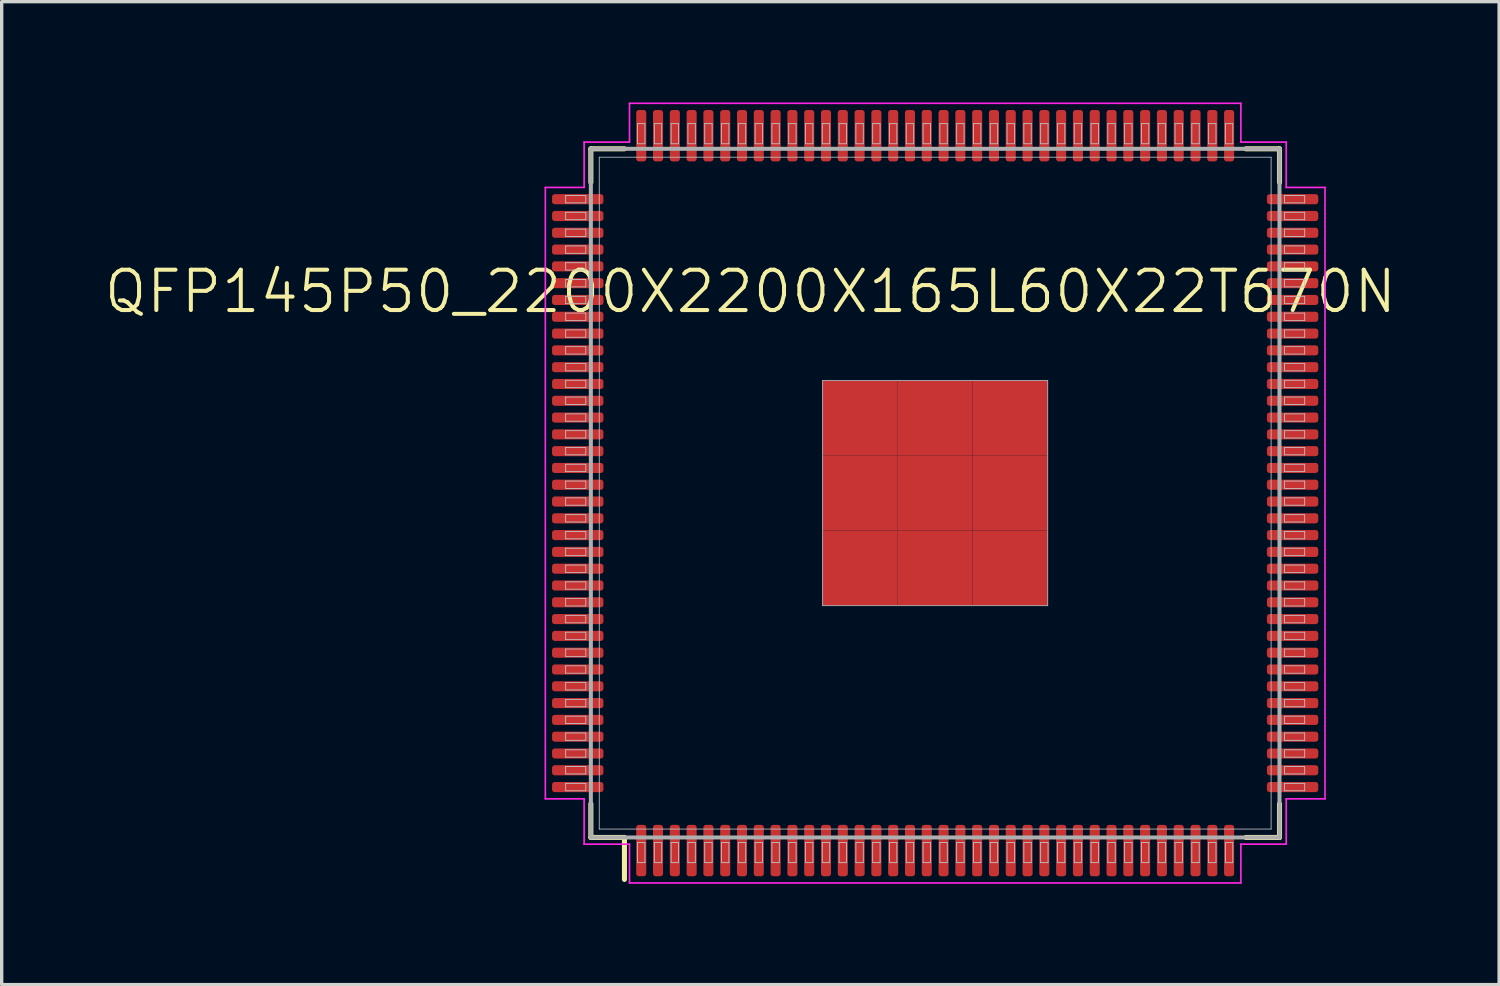
<source format=kicad_pcb>
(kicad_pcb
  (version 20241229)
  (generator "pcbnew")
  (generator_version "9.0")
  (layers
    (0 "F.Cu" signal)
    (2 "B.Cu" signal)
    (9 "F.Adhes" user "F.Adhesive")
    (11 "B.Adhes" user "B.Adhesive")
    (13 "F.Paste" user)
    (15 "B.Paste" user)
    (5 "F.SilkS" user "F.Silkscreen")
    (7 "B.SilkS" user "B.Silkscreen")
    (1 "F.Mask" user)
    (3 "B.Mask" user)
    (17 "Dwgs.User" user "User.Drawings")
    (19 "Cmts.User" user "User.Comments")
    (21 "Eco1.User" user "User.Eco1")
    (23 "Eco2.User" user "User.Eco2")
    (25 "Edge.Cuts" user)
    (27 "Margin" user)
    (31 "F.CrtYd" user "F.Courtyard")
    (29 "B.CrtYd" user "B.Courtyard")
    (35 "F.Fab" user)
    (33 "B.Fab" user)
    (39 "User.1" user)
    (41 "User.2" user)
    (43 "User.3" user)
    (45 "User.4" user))
  (footprint "QFP145P50_2200X2200X165L60X22T670N"
    (layer "F.Cu")
    (at 24.789 11.63)
    (property "Reference" "QFP145P50_2200X2200X165L60X22T670N" (at -5.5 -6 0) (layer "F.SilkS") (effects (font (size 1.2 1.2) (thickness 0.12))))
    (attr smd)
    (fp_line (start -10.25 -10.25) (end -10.25 -9.25) (stroke (width 0.15) (type solid)) (layer "F.SilkS"))
    (fp_line (start -10.25 10.25) (end -10.25 9.25) (stroke (width 0.15) (type solid)) (layer "F.SilkS"))
    (fp_line (start -9.25 -10.25) (end -10.25 -10.25) (stroke (width 0.15) (type solid)) (layer "F.SilkS"))
    (fp_line (start -9.25 10.25) (end -10.25 10.25) (stroke (width 0.15) (type solid)) (layer "F.SilkS"))
    (fp_line (start -9.25 10.25) (end -9.25 11.5) (stroke (width 0.15) (type solid)) (layer "F.SilkS"))
    (fp_line (start 9.25 -10.25) (end 10.25 -10.25) (stroke (width 0.15) (type solid)) (layer "F.SilkS"))
    (fp_line (start 9.25 10.25) (end 10.25 10.25) (stroke (width 0.15) (type solid)) (layer "F.SilkS"))
    (fp_line (start 10.25 -10.25) (end 10.25 -9.25) (stroke (width 0.15) (type solid)) (layer "F.SilkS"))
    (fp_line (start 10.25 10.25) (end 10.25 9.25) (stroke (width 0.15) (type solid)) (layer "F.SilkS"))
    (fp_line (start -11 -8.86) (end -10.4 -8.86) (stroke (width 0.025) (type solid)) (layer "Dwgs.User"))
    (fp_line (start -11 -8.64) (end -11 -8.86) (stroke (width 0.025) (type solid)) (layer "Dwgs.User"))
    (fp_line (start -11 -8.36) (end -10.4 -8.36) (stroke (width 0.025) (type solid)) (layer "Dwgs.User"))
    (fp_line (start -11 -8.14) (end -11 -8.36) (stroke (width 0.025) (type solid)) (layer "Dwgs.User"))
    (fp_line (start -11 -7.86) (end -10.4 -7.86) (stroke (width 0.025) (type solid)) (layer "Dwgs.User"))
    (fp_line (start -11 -7.64) (end -11 -7.86) (stroke (width 0.025) (type solid)) (layer "Dwgs.User"))
    (fp_line (start -11 -7.36) (end -10.4 -7.36) (stroke (width 0.025) (type solid)) (layer "Dwgs.User"))
    (fp_line (start -11 -7.14) (end -11 -7.36) (stroke (width 0.025) (type solid)) (layer "Dwgs.User"))
    (fp_line (start -11 -6.86) (end -10.4 -6.86) (stroke (width 0.025) (type solid)) (layer "Dwgs.User"))
    (fp_line (start -11 -6.64) (end -11 -6.86) (stroke (width 0.025) (type solid)) (layer "Dwgs.User"))
    (fp_line (start -11 -6.36) (end -10.4 -6.36) (stroke (width 0.025) (type solid)) (layer "Dwgs.User"))
    (fp_line (start -11 -6.14) (end -11 -6.36) (stroke (width 0.025) (type solid)) (layer "Dwgs.User"))
    (fp_line (start -11 -5.86) (end -10.4 -5.86) (stroke (width 0.025) (type solid)) (layer "Dwgs.User"))
    (fp_line (start -11 -5.64) (end -11 -5.86) (stroke (width 0.025) (type solid)) (layer "Dwgs.User"))
    (fp_line (start -11 -5.36) (end -10.4 -5.36) (stroke (width 0.025) (type solid)) (layer "Dwgs.User"))
    (fp_line (start -11 -5.14) (end -11 -5.36) (stroke (width 0.025) (type solid)) (layer "Dwgs.User"))
    (fp_line (start -11 -4.86) (end -10.4 -4.86) (stroke (width 0.025) (type solid)) (layer "Dwgs.User"))
    (fp_line (start -11 -4.64) (end -11 -4.86) (stroke (width 0.025) (type solid)) (layer "Dwgs.User"))
    (fp_line (start -11 -4.36) (end -10.4 -4.36) (stroke (width 0.025) (type solid)) (layer "Dwgs.User"))
    (fp_line (start -11 -4.14) (end -11 -4.36) (stroke (width 0.025) (type solid)) (layer "Dwgs.User"))
    (fp_line (start -11 -3.86) (end -10.4 -3.86) (stroke (width 0.025) (type solid)) (layer "Dwgs.User"))
    (fp_line (start -11 -3.64) (end -11 -3.86) (stroke (width 0.025) (type solid)) (layer "Dwgs.User"))
    (fp_line (start -11 -3.36) (end -10.4 -3.36) (stroke (width 0.025) (type solid)) (layer "Dwgs.User"))
    (fp_line (start -11 -3.14) (end -11 -3.36) (stroke (width 0.025) (type solid)) (layer "Dwgs.User"))
    (fp_line (start -11 -2.86) (end -10.4 -2.86) (stroke (width 0.025) (type solid)) (layer "Dwgs.User"))
    (fp_line (start -11 -2.64) (end -11 -2.86) (stroke (width 0.025) (type solid)) (layer "Dwgs.User"))
    (fp_line (start -11 -2.36) (end -10.4 -2.36) (stroke (width 0.025) (type solid)) (layer "Dwgs.User"))
    (fp_line (start -11 -2.14) (end -11 -2.36) (stroke (width 0.025) (type solid)) (layer "Dwgs.User"))
    (fp_line (start -11 -1.86) (end -10.4 -1.86) (stroke (width 0.025) (type solid)) (layer "Dwgs.User"))
    (fp_line (start -11 -1.64) (end -11 -1.86) (stroke (width 0.025) (type solid)) (layer "Dwgs.User"))
    (fp_line (start -11 -1.36) (end -10.4 -1.36) (stroke (width 0.025) (type solid)) (layer "Dwgs.User"))
    (fp_line (start -11 -1.14) (end -11 -1.36) (stroke (width 0.025) (type solid)) (layer "Dwgs.User"))
    (fp_line (start -11 -0.86) (end -10.4 -0.86) (stroke (width 0.025) (type solid)) (layer "Dwgs.User"))
    (fp_line (start -11 -0.64) (end -11 -0.86) (stroke (width 0.025) (type solid)) (layer "Dwgs.User"))
    (fp_line (start -11 -0.36) (end -10.4 -0.36) (stroke (width 0.025) (type solid)) (layer "Dwgs.User"))
    (fp_line (start -11 -0.14) (end -11 -0.36) (stroke (width 0.025) (type solid)) (layer "Dwgs.User"))
    (fp_line (start -11 0.14) (end -10.4 0.14) (stroke (width 0.025) (type solid)) (layer "Dwgs.User"))
    (fp_line (start -11 0.36) (end -11 0.14) (stroke (width 0.025) (type solid)) (layer "Dwgs.User"))
    (fp_line (start -11 0.64) (end -10.4 0.64) (stroke (width 0.025) (type solid)) (layer "Dwgs.User"))
    (fp_line (start -11 0.86) (end -11 0.64) (stroke (width 0.025) (type solid)) (layer "Dwgs.User"))
    (fp_line (start -11 1.14) (end -10.4 1.14) (stroke (width 0.025) (type solid)) (layer "Dwgs.User"))
    (fp_line (start -11 1.36) (end -11 1.14) (stroke (width 0.025) (type solid)) (layer "Dwgs.User"))
    (fp_line (start -11 1.64) (end -10.4 1.64) (stroke (width 0.025) (type solid)) (layer "Dwgs.User"))
    (fp_line (start -11 1.86) (end -11 1.64) (stroke (width 0.025) (type solid)) (layer "Dwgs.User"))
    (fp_line (start -11 2.14) (end -10.4 2.14) (stroke (width 0.025) (type solid)) (layer "Dwgs.User"))
    (fp_line (start -11 2.36) (end -11 2.14) (stroke (width 0.025) (type solid)) (layer "Dwgs.User"))
    (fp_line (start -11 2.64) (end -10.4 2.64) (stroke (width 0.025) (type solid)) (layer "Dwgs.User"))
    (fp_line (start -11 2.86) (end -11 2.64) (stroke (width 0.025) (type solid)) (layer "Dwgs.User"))
    (fp_line (start -11 3.14) (end -10.4 3.14) (stroke (width 0.025) (type solid)) (layer "Dwgs.User"))
    (fp_line (start -11 3.36) (end -11 3.14) (stroke (width 0.025) (type solid)) (layer "Dwgs.User"))
    (fp_line (start -11 3.64) (end -10.4 3.64) (stroke (width 0.025) (type solid)) (layer "Dwgs.User"))
    (fp_line (start -11 3.86) (end -11 3.64) (stroke (width 0.025) (type solid)) (layer "Dwgs.User"))
    (fp_line (start -11 4.14) (end -10.4 4.14) (stroke (width 0.025) (type solid)) (layer "Dwgs.User"))
    (fp_line (start -11 4.36) (end -11 4.14) (stroke (width 0.025) (type solid)) (layer "Dwgs.User"))
    (fp_line (start -11 4.64) (end -10.4 4.64) (stroke (width 0.025) (type solid)) (layer "Dwgs.User"))
    (fp_line (start -11 4.86) (end -11 4.64) (stroke (width 0.025) (type solid)) (layer "Dwgs.User"))
    (fp_line (start -11 5.14) (end -10.4 5.14) (stroke (width 0.025) (type solid)) (layer "Dwgs.User"))
    (fp_line (start -11 5.36) (end -11 5.14) (stroke (width 0.025) (type solid)) (layer "Dwgs.User"))
    (fp_line (start -11 5.64) (end -10.4 5.64) (stroke (width 0.025) (type solid)) (layer "Dwgs.User"))
    (fp_line (start -11 5.86) (end -11 5.64) (stroke (width 0.025) (type solid)) (layer "Dwgs.User"))
    (fp_line (start -11 6.14) (end -10.4 6.14) (stroke (width 0.025) (type solid)) (layer "Dwgs.User"))
    (fp_line (start -11 6.36) (end -11 6.14) (stroke (width 0.025) (type solid)) (layer "Dwgs.User"))
    (fp_line (start -11 6.64) (end -10.4 6.64) (stroke (width 0.025) (type solid)) (layer "Dwgs.User"))
    (fp_line (start -11 6.86) (end -11 6.64) (stroke (width 0.025) (type solid)) (layer "Dwgs.User"))
    (fp_line (start -11 7.14) (end -10.4 7.14) (stroke (width 0.025) (type solid)) (layer "Dwgs.User"))
    (fp_line (start -11 7.36) (end -11 7.14) (stroke (width 0.025) (type solid)) (layer "Dwgs.User"))
    (fp_line (start -11 7.64) (end -10.4 7.64) (stroke (width 0.025) (type solid)) (layer "Dwgs.User"))
    (fp_line (start -11 7.86) (end -11 7.64) (stroke (width 0.025) (type solid)) (layer "Dwgs.User"))
    (fp_line (start -11 8.14) (end -10.4 8.14) (stroke (width 0.025) (type solid)) (layer "Dwgs.User"))
    (fp_line (start -11 8.36) (end -11 8.14) (stroke (width 0.025) (type solid)) (layer "Dwgs.User"))
    (fp_line (start -11 8.64) (end -10.4 8.64) (stroke (width 0.025) (type solid)) (layer "Dwgs.User"))
    (fp_line (start -11 8.86) (end -11 8.64) (stroke (width 0.025) (type solid)) (layer "Dwgs.User"))
    (fp_line (start -10.4 -8.86) (end -10.4 -8.64) (stroke (width 0.025) (type solid)) (layer "Dwgs.User"))
    (fp_line (start -10.4 -8.64) (end -11 -8.64) (stroke (width 0.025) (type solid)) (layer "Dwgs.User"))
    (fp_line (start -10.4 -8.36) (end -10.4 -8.14) (stroke (width 0.025) (type solid)) (layer "Dwgs.User"))
    (fp_line (start -10.4 -8.14) (end -11 -8.14) (stroke (width 0.025) (type solid)) (layer "Dwgs.User"))
    (fp_line (start -10.4 -7.86) (end -10.4 -7.64) (stroke (width 0.025) (type solid)) (layer "Dwgs.User"))
    (fp_line (start -10.4 -7.64) (end -11 -7.64) (stroke (width 0.025) (type solid)) (layer "Dwgs.User"))
    (fp_line (start -10.4 -7.36) (end -10.4 -7.14) (stroke (width 0.025) (type solid)) (layer "Dwgs.User"))
    (fp_line (start -10.4 -7.14) (end -11 -7.14) (stroke (width 0.025) (type solid)) (layer "Dwgs.User"))
    (fp_line (start -10.4 -6.86) (end -10.4 -6.64) (stroke (width 0.025) (type solid)) (layer "Dwgs.User"))
    (fp_line (start -10.4 -6.64) (end -11 -6.64) (stroke (width 0.025) (type solid)) (layer "Dwgs.User"))
    (fp_line (start -10.4 -6.36) (end -10.4 -6.14) (stroke (width 0.025) (type solid)) (layer "Dwgs.User"))
    (fp_line (start -10.4 -6.14) (end -11 -6.14) (stroke (width 0.025) (type solid)) (layer "Dwgs.User"))
    (fp_line (start -10.4 -5.86) (end -10.4 -5.64) (stroke (width 0.025) (type solid)) (layer "Dwgs.User"))
    (fp_line (start -10.4 -5.64) (end -11 -5.64) (stroke (width 0.025) (type solid)) (layer "Dwgs.User"))
    (fp_line (start -10.4 -5.36) (end -10.4 -5.14) (stroke (width 0.025) (type solid)) (layer "Dwgs.User"))
    (fp_line (start -10.4 -5.14) (end -11 -5.14) (stroke (width 0.025) (type solid)) (layer "Dwgs.User"))
    (fp_line (start -10.4 -4.86) (end -10.4 -4.64) (stroke (width 0.025) (type solid)) (layer "Dwgs.User"))
    (fp_line (start -10.4 -4.64) (end -11 -4.64) (stroke (width 0.025) (type solid)) (layer "Dwgs.User"))
    (fp_line (start -10.4 -4.36) (end -10.4 -4.14) (stroke (width 0.025) (type solid)) (layer "Dwgs.User"))
    (fp_line (start -10.4 -4.14) (end -11 -4.14) (stroke (width 0.025) (type solid)) (layer "Dwgs.User"))
    (fp_line (start -10.4 -3.86) (end -10.4 -3.64) (stroke (width 0.025) (type solid)) (layer "Dwgs.User"))
    (fp_line (start -10.4 -3.64) (end -11 -3.64) (stroke (width 0.025) (type solid)) (layer "Dwgs.User"))
    (fp_line (start -10.4 -3.36) (end -10.4 -3.14) (stroke (width 0.025) (type solid)) (layer "Dwgs.User"))
    (fp_line (start -10.4 -3.14) (end -11 -3.14) (stroke (width 0.025) (type solid)) (layer "Dwgs.User"))
    (fp_line (start -10.4 -2.86) (end -10.4 -2.64) (stroke (width 0.025) (type solid)) (layer "Dwgs.User"))
    (fp_line (start -10.4 -2.64) (end -11 -2.64) (stroke (width 0.025) (type solid)) (layer "Dwgs.User"))
    (fp_line (start -10.4 -2.36) (end -10.4 -2.14) (stroke (width 0.025) (type solid)) (layer "Dwgs.User"))
    (fp_line (start -10.4 -2.14) (end -11 -2.14) (stroke (width 0.025) (type solid)) (layer "Dwgs.User"))
    (fp_line (start -10.4 -1.86) (end -10.4 -1.64) (stroke (width 0.025) (type solid)) (layer "Dwgs.User"))
    (fp_line (start -10.4 -1.64) (end -11 -1.64) (stroke (width 0.025) (type solid)) (layer "Dwgs.User"))
    (fp_line (start -10.4 -1.36) (end -10.4 -1.14) (stroke (width 0.025) (type solid)) (layer "Dwgs.User"))
    (fp_line (start -10.4 -1.14) (end -11 -1.14) (stroke (width 0.025) (type solid)) (layer "Dwgs.User"))
    (fp_line (start -10.4 -0.86) (end -10.4 -0.64) (stroke (width 0.025) (type solid)) (layer "Dwgs.User"))
    (fp_line (start -10.4 -0.64) (end -11 -0.64) (stroke (width 0.025) (type solid)) (layer "Dwgs.User"))
    (fp_line (start -10.4 -0.36) (end -10.4 -0.14) (stroke (width 0.025) (type solid)) (layer "Dwgs.User"))
    (fp_line (start -10.4 -0.14) (end -11 -0.14) (stroke (width 0.025) (type solid)) (layer "Dwgs.User"))
    (fp_line (start -10.4 0.14) (end -10.4 0.36) (stroke (width 0.025) (type solid)) (layer "Dwgs.User"))
    (fp_line (start -10.4 0.36) (end -11 0.36) (stroke (width 0.025) (type solid)) (layer "Dwgs.User"))
    (fp_line (start -10.4 0.64) (end -10.4 0.86) (stroke (width 0.025) (type solid)) (layer "Dwgs.User"))
    (fp_line (start -10.4 0.86) (end -11 0.86) (stroke (width 0.025) (type solid)) (layer "Dwgs.User"))
    (fp_line (start -10.4 1.14) (end -10.4 1.36) (stroke (width 0.025) (type solid)) (layer "Dwgs.User"))
    (fp_line (start -10.4 1.36) (end -11 1.36) (stroke (width 0.025) (type solid)) (layer "Dwgs.User"))
    (fp_line (start -10.4 1.64) (end -10.4 1.86) (stroke (width 0.025) (type solid)) (layer "Dwgs.User"))
    (fp_line (start -10.4 1.86) (end -11 1.86) (stroke (width 0.025) (type solid)) (layer "Dwgs.User"))
    (fp_line (start -10.4 2.14) (end -10.4 2.36) (stroke (width 0.025) (type solid)) (layer "Dwgs.User"))
    (fp_line (start -10.4 2.36) (end -11 2.36) (stroke (width 0.025) (type solid)) (layer "Dwgs.User"))
    (fp_line (start -10.4 2.64) (end -10.4 2.86) (stroke (width 0.025) (type solid)) (layer "Dwgs.User"))
    (fp_line (start -10.4 2.86) (end -11 2.86) (stroke (width 0.025) (type solid)) (layer "Dwgs.User"))
    (fp_line (start -10.4 3.14) (end -10.4 3.36) (stroke (width 0.025) (type solid)) (layer "Dwgs.User"))
    (fp_line (start -10.4 3.36) (end -11 3.36) (stroke (width 0.025) (type solid)) (layer "Dwgs.User"))
    (fp_line (start -10.4 3.64) (end -10.4 3.86) (stroke (width 0.025) (type solid)) (layer "Dwgs.User"))
    (fp_line (start -10.4 3.86) (end -11 3.86) (stroke (width 0.025) (type solid)) (layer "Dwgs.User"))
    (fp_line (start -10.4 4.14) (end -10.4 4.36) (stroke (width 0.025) (type solid)) (layer "Dwgs.User"))
    (fp_line (start -10.4 4.36) (end -11 4.36) (stroke (width 0.025) (type solid)) (layer "Dwgs.User"))
    (fp_line (start -10.4 4.64) (end -10.4 4.86) (stroke (width 0.025) (type solid)) (layer "Dwgs.User"))
    (fp_line (start -10.4 4.86) (end -11 4.86) (stroke (width 0.025) (type solid)) (layer "Dwgs.User"))
    (fp_line (start -10.4 5.14) (end -10.4 5.36) (stroke (width 0.025) (type solid)) (layer "Dwgs.User"))
    (fp_line (start -10.4 5.36) (end -11 5.36) (stroke (width 0.025) (type solid)) (layer "Dwgs.User"))
    (fp_line (start -10.4 5.64) (end -10.4 5.86) (stroke (width 0.025) (type solid)) (layer "Dwgs.User"))
    (fp_line (start -10.4 5.86) (end -11 5.86) (stroke (width 0.025) (type solid)) (layer "Dwgs.User"))
    (fp_line (start -10.4 6.14) (end -10.4 6.36) (stroke (width 0.025) (type solid)) (layer "Dwgs.User"))
    (fp_line (start -10.4 6.36) (end -11 6.36) (stroke (width 0.025) (type solid)) (layer "Dwgs.User"))
    (fp_line (start -10.4 6.64) (end -10.4 6.86) (stroke (width 0.025) (type solid)) (layer "Dwgs.User"))
    (fp_line (start -10.4 6.86) (end -11 6.86) (stroke (width 0.025) (type solid)) (layer "Dwgs.User"))
    (fp_line (start -10.4 7.14) (end -10.4 7.36) (stroke (width 0.025) (type solid)) (layer "Dwgs.User"))
    (fp_line (start -10.4 7.36) (end -11 7.36) (stroke (width 0.025) (type solid)) (layer "Dwgs.User"))
    (fp_line (start -10.4 7.64) (end -10.4 7.86) (stroke (width 0.025) (type solid)) (layer "Dwgs.User"))
    (fp_line (start -10.4 7.86) (end -11 7.86) (stroke (width 0.025) (type solid)) (layer "Dwgs.User"))
    (fp_line (start -10.4 8.14) (end -10.4 8.36) (stroke (width 0.025) (type solid)) (layer "Dwgs.User"))
    (fp_line (start -10.4 8.36) (end -11 8.36) (stroke (width 0.025) (type solid)) (layer "Dwgs.User"))
    (fp_line (start -10.4 8.64) (end -10.4 8.86) (stroke (width 0.025) (type solid)) (layer "Dwgs.User"))
    (fp_line (start -10.4 8.86) (end -11 8.86) (stroke (width 0.025) (type solid)) (layer "Dwgs.User"))
    (fp_line (start -10 -10) (end 10 -10) (stroke (width 0.025) (type solid)) (layer "Dwgs.User"))
    (fp_line (start -10 10) (end -10 -10) (stroke (width 0.025) (type solid)) (layer "Dwgs.User"))
    (fp_line (start -8.86 -11) (end -8.64 -11) (stroke (width 0.025) (type solid)) (layer "Dwgs.User"))
    (fp_line (start -8.86 -10.4) (end -8.86 -11) (stroke (width 0.025) (type solid)) (layer "Dwgs.User"))
    (fp_line (start -8.86 10.4) (end -8.64 10.4) (stroke (width 0.025) (type solid)) (layer "Dwgs.User"))
    (fp_line (start -8.86 11) (end -8.86 10.4) (stroke (width 0.025) (type solid)) (layer "Dwgs.User"))
    (fp_line (start -8.64 -11) (end -8.64 -10.4) (stroke (width 0.025) (type solid)) (layer "Dwgs.User"))
    (fp_line (start -8.64 -10.4) (end -8.86 -10.4) (stroke (width 0.025) (type solid)) (layer "Dwgs.User"))
    (fp_line (start -8.64 10.4) (end -8.64 11) (stroke (width 0.025) (type solid)) (layer "Dwgs.User"))
    (fp_line (start -8.64 11) (end -8.86 11) (stroke (width 0.025) (type solid)) (layer "Dwgs.User"))
    (fp_line (start -8.36 -11) (end -8.14 -11) (stroke (width 0.025) (type solid)) (layer "Dwgs.User"))
    (fp_line (start -8.36 -10.4) (end -8.36 -11) (stroke (width 0.025) (type solid)) (layer "Dwgs.User"))
    (fp_line (start -8.36 10.4) (end -8.14 10.4) (stroke (width 0.025) (type solid)) (layer "Dwgs.User"))
    (fp_line (start -8.36 11) (end -8.36 10.4) (stroke (width 0.025) (type solid)) (layer "Dwgs.User"))
    (fp_line (start -8.14 -11) (end -8.14 -10.4) (stroke (width 0.025) (type solid)) (layer "Dwgs.User"))
    (fp_line (start -8.14 -10.4) (end -8.36 -10.4) (stroke (width 0.025) (type solid)) (layer "Dwgs.User"))
    (fp_line (start -8.14 10.4) (end -8.14 11) (stroke (width 0.025) (type solid)) (layer "Dwgs.User"))
    (fp_line (start -8.14 11) (end -8.36 11) (stroke (width 0.025) (type solid)) (layer "Dwgs.User"))
    (fp_line (start -7.86 -11) (end -7.64 -11) (stroke (width 0.025) (type solid)) (layer "Dwgs.User"))
    (fp_line (start -7.86 -10.4) (end -7.86 -11) (stroke (width 0.025) (type solid)) (layer "Dwgs.User"))
    (fp_line (start -7.86 10.4) (end -7.64 10.4) (stroke (width 0.025) (type solid)) (layer "Dwgs.User"))
    (fp_line (start -7.86 11) (end -7.86 10.4) (stroke (width 0.025) (type solid)) (layer "Dwgs.User"))
    (fp_line (start -7.64 -11) (end -7.64 -10.4) (stroke (width 0.025) (type solid)) (layer "Dwgs.User"))
    (fp_line (start -7.64 -10.4) (end -7.86 -10.4) (stroke (width 0.025) (type solid)) (layer "Dwgs.User"))
    (fp_line (start -7.64 10.4) (end -7.64 11) (stroke (width 0.025) (type solid)) (layer "Dwgs.User"))
    (fp_line (start -7.64 11) (end -7.86 11) (stroke (width 0.025) (type solid)) (layer "Dwgs.User"))
    (fp_line (start -7.36 -11) (end -7.14 -11) (stroke (width 0.025) (type solid)) (layer "Dwgs.User"))
    (fp_line (start -7.36 -10.4) (end -7.36 -11) (stroke (width 0.025) (type solid)) (layer "Dwgs.User"))
    (fp_line (start -7.36 10.4) (end -7.14 10.4) (stroke (width 0.025) (type solid)) (layer "Dwgs.User"))
    (fp_line (start -7.36 11) (end -7.36 10.4) (stroke (width 0.025) (type solid)) (layer "Dwgs.User"))
    (fp_line (start -7.14 -11) (end -7.14 -10.4) (stroke (width 0.025) (type solid)) (layer "Dwgs.User"))
    (fp_line (start -7.14 -10.4) (end -7.36 -10.4) (stroke (width 0.025) (type solid)) (layer "Dwgs.User"))
    (fp_line (start -7.14 10.4) (end -7.14 11) (stroke (width 0.025) (type solid)) (layer "Dwgs.User"))
    (fp_line (start -7.14 11) (end -7.36 11) (stroke (width 0.025) (type solid)) (layer "Dwgs.User"))
    (fp_line (start -6.86 -11) (end -6.64 -11) (stroke (width 0.025) (type solid)) (layer "Dwgs.User"))
    (fp_line (start -6.86 -10.4) (end -6.86 -11) (stroke (width 0.025) (type solid)) (layer "Dwgs.User"))
    (fp_line (start -6.86 10.4) (end -6.64 10.4) (stroke (width 0.025) (type solid)) (layer "Dwgs.User"))
    (fp_line (start -6.86 11) (end -6.86 10.4) (stroke (width 0.025) (type solid)) (layer "Dwgs.User"))
    (fp_line (start -6.64 -11) (end -6.64 -10.4) (stroke (width 0.025) (type solid)) (layer "Dwgs.User"))
    (fp_line (start -6.64 -10.4) (end -6.86 -10.4) (stroke (width 0.025) (type solid)) (layer "Dwgs.User"))
    (fp_line (start -6.64 10.4) (end -6.64 11) (stroke (width 0.025) (type solid)) (layer "Dwgs.User"))
    (fp_line (start -6.64 11) (end -6.86 11) (stroke (width 0.025) (type solid)) (layer "Dwgs.User"))
    (fp_line (start -6.36 -11) (end -6.14 -11) (stroke (width 0.025) (type solid)) (layer "Dwgs.User"))
    (fp_line (start -6.36 -10.4) (end -6.36 -11) (stroke (width 0.025) (type solid)) (layer "Dwgs.User"))
    (fp_line (start -6.36 10.4) (end -6.14 10.4) (stroke (width 0.025) (type solid)) (layer "Dwgs.User"))
    (fp_line (start -6.36 11) (end -6.36 10.4) (stroke (width 0.025) (type solid)) (layer "Dwgs.User"))
    (fp_line (start -6.14 -11) (end -6.14 -10.4) (stroke (width 0.025) (type solid)) (layer "Dwgs.User"))
    (fp_line (start -6.14 -10.4) (end -6.36 -10.4) (stroke (width 0.025) (type solid)) (layer "Dwgs.User"))
    (fp_line (start -6.14 10.4) (end -6.14 11) (stroke (width 0.025) (type solid)) (layer "Dwgs.User"))
    (fp_line (start -6.14 11) (end -6.36 11) (stroke (width 0.025) (type solid)) (layer "Dwgs.User"))
    (fp_line (start -5.86 -11) (end -5.64 -11) (stroke (width 0.025) (type solid)) (layer "Dwgs.User"))
    (fp_line (start -5.86 -10.4) (end -5.86 -11) (stroke (width 0.025) (type solid)) (layer "Dwgs.User"))
    (fp_line (start -5.86 10.4) (end -5.64 10.4) (stroke (width 0.025) (type solid)) (layer "Dwgs.User"))
    (fp_line (start -5.86 11) (end -5.86 10.4) (stroke (width 0.025) (type solid)) (layer "Dwgs.User"))
    (fp_line (start -5.64 -11) (end -5.64 -10.4) (stroke (width 0.025) (type solid)) (layer "Dwgs.User"))
    (fp_line (start -5.64 -10.4) (end -5.86 -10.4) (stroke (width 0.025) (type solid)) (layer "Dwgs.User"))
    (fp_line (start -5.64 10.4) (end -5.64 11) (stroke (width 0.025) (type solid)) (layer "Dwgs.User"))
    (fp_line (start -5.64 11) (end -5.86 11) (stroke (width 0.025) (type solid)) (layer "Dwgs.User"))
    (fp_line (start -5.36 -11) (end -5.14 -11) (stroke (width 0.025) (type solid)) (layer "Dwgs.User"))
    (fp_line (start -5.36 -10.4) (end -5.36 -11) (stroke (width 0.025) (type solid)) (layer "Dwgs.User"))
    (fp_line (start -5.36 10.4) (end -5.14 10.4) (stroke (width 0.025) (type solid)) (layer "Dwgs.User"))
    (fp_line (start -5.36 11) (end -5.36 10.4) (stroke (width 0.025) (type solid)) (layer "Dwgs.User"))
    (fp_line (start -5.14 -11) (end -5.14 -10.4) (stroke (width 0.025) (type solid)) (layer "Dwgs.User"))
    (fp_line (start -5.14 -10.4) (end -5.36 -10.4) (stroke (width 0.025) (type solid)) (layer "Dwgs.User"))
    (fp_line (start -5.14 10.4) (end -5.14 11) (stroke (width 0.025) (type solid)) (layer "Dwgs.User"))
    (fp_line (start -5.14 11) (end -5.36 11) (stroke (width 0.025) (type solid)) (layer "Dwgs.User"))
    (fp_line (start -4.86 -11) (end -4.64 -11) (stroke (width 0.025) (type solid)) (layer "Dwgs.User"))
    (fp_line (start -4.86 -10.4) (end -4.86 -11) (stroke (width 0.025) (type solid)) (layer "Dwgs.User"))
    (fp_line (start -4.86 10.4) (end -4.64 10.4) (stroke (width 0.025) (type solid)) (layer "Dwgs.User"))
    (fp_line (start -4.86 11) (end -4.86 10.4) (stroke (width 0.025) (type solid)) (layer "Dwgs.User"))
    (fp_line (start -4.64 -11) (end -4.64 -10.4) (stroke (width 0.025) (type solid)) (layer "Dwgs.User"))
    (fp_line (start -4.64 -10.4) (end -4.86 -10.4) (stroke (width 0.025) (type solid)) (layer "Dwgs.User"))
    (fp_line (start -4.64 10.4) (end -4.64 11) (stroke (width 0.025) (type solid)) (layer "Dwgs.User"))
    (fp_line (start -4.64 11) (end -4.86 11) (stroke (width 0.025) (type solid)) (layer "Dwgs.User"))
    (fp_line (start -4.36 -11) (end -4.14 -11) (stroke (width 0.025) (type solid)) (layer "Dwgs.User"))
    (fp_line (start -4.36 -10.4) (end -4.36 -11) (stroke (width 0.025) (type solid)) (layer "Dwgs.User"))
    (fp_line (start -4.36 10.4) (end -4.14 10.4) (stroke (width 0.025) (type solid)) (layer "Dwgs.User"))
    (fp_line (start -4.36 11) (end -4.36 10.4) (stroke (width 0.025) (type solid)) (layer "Dwgs.User"))
    (fp_line (start -4.14 -11) (end -4.14 -10.4) (stroke (width 0.025) (type solid)) (layer "Dwgs.User"))
    (fp_line (start -4.14 -10.4) (end -4.36 -10.4) (stroke (width 0.025) (type solid)) (layer "Dwgs.User"))
    (fp_line (start -4.14 10.4) (end -4.14 11) (stroke (width 0.025) (type solid)) (layer "Dwgs.User"))
    (fp_line (start -4.14 11) (end -4.36 11) (stroke (width 0.025) (type solid)) (layer "Dwgs.User"))
    (fp_line (start -3.86 -11) (end -3.64 -11) (stroke (width 0.025) (type solid)) (layer "Dwgs.User"))
    (fp_line (start -3.86 -10.4) (end -3.86 -11) (stroke (width 0.025) (type solid)) (layer "Dwgs.User"))
    (fp_line (start -3.86 10.4) (end -3.64 10.4) (stroke (width 0.025) (type solid)) (layer "Dwgs.User"))
    (fp_line (start -3.86 11) (end -3.86 10.4) (stroke (width 0.025) (type solid)) (layer "Dwgs.User"))
    (fp_line (start -3.64 -11) (end -3.64 -10.4) (stroke (width 0.025) (type solid)) (layer "Dwgs.User"))
    (fp_line (start -3.64 -10.4) (end -3.86 -10.4) (stroke (width 0.025) (type solid)) (layer "Dwgs.User"))
    (fp_line (start -3.64 10.4) (end -3.64 11) (stroke (width 0.025) (type solid)) (layer "Dwgs.User"))
    (fp_line (start -3.64 11) (end -3.86 11) (stroke (width 0.025) (type solid)) (layer "Dwgs.User"))
    (fp_line (start -3.36 -11) (end -3.14 -11) (stroke (width 0.025) (type solid)) (layer "Dwgs.User"))
    (fp_line (start -3.36 -10.4) (end -3.36 -11) (stroke (width 0.025) (type solid)) (layer "Dwgs.User"))
    (fp_line (start -3.36 10.4) (end -3.14 10.4) (stroke (width 0.025) (type solid)) (layer "Dwgs.User"))
    (fp_line (start -3.36 11) (end -3.36 10.4) (stroke (width 0.025) (type solid)) (layer "Dwgs.User"))
    (fp_line (start -3.35 -3.35) (end 3.35 -3.35) (stroke (width 0.025) (type solid)) (layer "Dwgs.User"))
    (fp_line (start -3.35 3.35) (end -3.35 -3.35) (stroke (width 0.025) (type solid)) (layer "Dwgs.User"))
    (fp_line (start -3.14 -11) (end -3.14 -10.4) (stroke (width 0.025) (type solid)) (layer "Dwgs.User"))
    (fp_line (start -3.14 -10.4) (end -3.36 -10.4) (stroke (width 0.025) (type solid)) (layer "Dwgs.User"))
    (fp_line (start -3.14 10.4) (end -3.14 11) (stroke (width 0.025) (type solid)) (layer "Dwgs.User"))
    (fp_line (start -3.14 11) (end -3.36 11) (stroke (width 0.025) (type solid)) (layer "Dwgs.User"))
    (fp_line (start -2.86 -11) (end -2.64 -11) (stroke (width 0.025) (type solid)) (layer "Dwgs.User"))
    (fp_line (start -2.86 -10.4) (end -2.86 -11) (stroke (width 0.025) (type solid)) (layer "Dwgs.User"))
    (fp_line (start -2.86 10.4) (end -2.64 10.4) (stroke (width 0.025) (type solid)) (layer "Dwgs.User"))
    (fp_line (start -2.86 11) (end -2.86 10.4) (stroke (width 0.025) (type solid)) (layer "Dwgs.User"))
    (fp_line (start -2.64 -11) (end -2.64 -10.4) (stroke (width 0.025) (type solid)) (layer "Dwgs.User"))
    (fp_line (start -2.64 -10.4) (end -2.86 -10.4) (stroke (width 0.025) (type solid)) (layer "Dwgs.User"))
    (fp_line (start -2.64 10.4) (end -2.64 11) (stroke (width 0.025) (type solid)) (layer "Dwgs.User"))
    (fp_line (start -2.64 11) (end -2.86 11) (stroke (width 0.025) (type solid)) (layer "Dwgs.User"))
    (fp_line (start -2.36 -11) (end -2.14 -11) (stroke (width 0.025) (type solid)) (layer "Dwgs.User"))
    (fp_line (start -2.36 -10.4) (end -2.36 -11) (stroke (width 0.025) (type solid)) (layer "Dwgs.User"))
    (fp_line (start -2.36 10.4) (end -2.14 10.4) (stroke (width 0.025) (type solid)) (layer "Dwgs.User"))
    (fp_line (start -2.36 11) (end -2.36 10.4) (stroke (width 0.025) (type solid)) (layer "Dwgs.User"))
    (fp_line (start -2.14 -11) (end -2.14 -10.4) (stroke (width 0.025) (type solid)) (layer "Dwgs.User"))
    (fp_line (start -2.14 -10.4) (end -2.36 -10.4) (stroke (width 0.025) (type solid)) (layer "Dwgs.User"))
    (fp_line (start -2.14 10.4) (end -2.14 11) (stroke (width 0.025) (type solid)) (layer "Dwgs.User"))
    (fp_line (start -2.14 11) (end -2.36 11) (stroke (width 0.025) (type solid)) (layer "Dwgs.User"))
    (fp_line (start -1.86 -11) (end -1.64 -11) (stroke (width 0.025) (type solid)) (layer "Dwgs.User"))
    (fp_line (start -1.86 -10.4) (end -1.86 -11) (stroke (width 0.025) (type solid)) (layer "Dwgs.User"))
    (fp_line (start -1.86 10.4) (end -1.64 10.4) (stroke (width 0.025) (type solid)) (layer "Dwgs.User"))
    (fp_line (start -1.86 11) (end -1.86 10.4) (stroke (width 0.025) (type solid)) (layer "Dwgs.User"))
    (fp_line (start -1.64 -11) (end -1.64 -10.4) (stroke (width 0.025) (type solid)) (layer "Dwgs.User"))
    (fp_line (start -1.64 -10.4) (end -1.86 -10.4) (stroke (width 0.025) (type solid)) (layer "Dwgs.User"))
    (fp_line (start -1.64 10.4) (end -1.64 11) (stroke (width 0.025) (type solid)) (layer "Dwgs.User"))
    (fp_line (start -1.64 11) (end -1.86 11) (stroke (width 0.025) (type solid)) (layer "Dwgs.User"))
    (fp_line (start -1.36 -11) (end -1.14 -11) (stroke (width 0.025) (type solid)) (layer "Dwgs.User"))
    (fp_line (start -1.36 -10.4) (end -1.36 -11) (stroke (width 0.025) (type solid)) (layer "Dwgs.User"))
    (fp_line (start -1.36 10.4) (end -1.14 10.4) (stroke (width 0.025) (type solid)) (layer "Dwgs.User"))
    (fp_line (start -1.36 11) (end -1.36 10.4) (stroke (width 0.025) (type solid)) (layer "Dwgs.User"))
    (fp_line (start -1.14 -11) (end -1.14 -10.4) (stroke (width 0.025) (type solid)) (layer "Dwgs.User"))
    (fp_line (start -1.14 -10.4) (end -1.36 -10.4) (stroke (width 0.025) (type solid)) (layer "Dwgs.User"))
    (fp_line (start -1.14 10.4) (end -1.14 11) (stroke (width 0.025) (type solid)) (layer "Dwgs.User"))
    (fp_line (start -1.14 11) (end -1.36 11) (stroke (width 0.025) (type solid)) (layer "Dwgs.User"))
    (fp_line (start -0.86 -11) (end -0.64 -11) (stroke (width 0.025) (type solid)) (layer "Dwgs.User"))
    (fp_line (start -0.86 -10.4) (end -0.86 -11) (stroke (width 0.025) (type solid)) (layer "Dwgs.User"))
    (fp_line (start -0.86 10.4) (end -0.64 10.4) (stroke (width 0.025) (type solid)) (layer "Dwgs.User"))
    (fp_line (start -0.86 11) (end -0.86 10.4) (stroke (width 0.025) (type solid)) (layer "Dwgs.User"))
    (fp_line (start -0.64 -11) (end -0.64 -10.4) (stroke (width 0.025) (type solid)) (layer "Dwgs.User"))
    (fp_line (start -0.64 -10.4) (end -0.86 -10.4) (stroke (width 0.025) (type solid)) (layer "Dwgs.User"))
    (fp_line (start -0.64 10.4) (end -0.64 11) (stroke (width 0.025) (type solid)) (layer "Dwgs.User"))
    (fp_line (start -0.64 11) (end -0.86 11) (stroke (width 0.025) (type solid)) (layer "Dwgs.User"))
    (fp_line (start -0.36 -11) (end -0.14 -11) (stroke (width 0.025) (type solid)) (layer "Dwgs.User"))
    (fp_line (start -0.36 -10.4) (end -0.36 -11) (stroke (width 0.025) (type solid)) (layer "Dwgs.User"))
    (fp_line (start -0.36 10.4) (end -0.14 10.4) (stroke (width 0.025) (type solid)) (layer "Dwgs.User"))
    (fp_line (start -0.36 11) (end -0.36 10.4) (stroke (width 0.025) (type solid)) (layer "Dwgs.User"))
    (fp_line (start -0.14 -11) (end -0.14 -10.4) (stroke (width 0.025) (type solid)) (layer "Dwgs.User"))
    (fp_line (start -0.14 -10.4) (end -0.36 -10.4) (stroke (width 0.025) (type solid)) (layer "Dwgs.User"))
    (fp_line (start -0.14 10.4) (end -0.14 11) (stroke (width 0.025) (type solid)) (layer "Dwgs.User"))
    (fp_line (start -0.14 11) (end -0.36 11) (stroke (width 0.025) (type solid)) (layer "Dwgs.User"))
    (fp_line (start 0.14 -11) (end 0.36 -11) (stroke (width 0.025) (type solid)) (layer "Dwgs.User"))
    (fp_line (start 0.14 -10.4) (end 0.14 -11) (stroke (width 0.025) (type solid)) (layer "Dwgs.User"))
    (fp_line (start 0.14 10.4) (end 0.36 10.4) (stroke (width 0.025) (type solid)) (layer "Dwgs.User"))
    (fp_line (start 0.14 11) (end 0.14 10.4) (stroke (width 0.025) (type solid)) (layer "Dwgs.User"))
    (fp_line (start 0.36 -11) (end 0.36 -10.4) (stroke (width 0.025) (type solid)) (layer "Dwgs.User"))
    (fp_line (start 0.36 -10.4) (end 0.14 -10.4) (stroke (width 0.025) (type solid)) (layer "Dwgs.User"))
    (fp_line (start 0.36 10.4) (end 0.36 11) (stroke (width 0.025) (type solid)) (layer "Dwgs.User"))
    (fp_line (start 0.36 11) (end 0.14 11) (stroke (width 0.025) (type solid)) (layer "Dwgs.User"))
    (fp_line (start 0.64 -11) (end 0.86 -11) (stroke (width 0.025) (type solid)) (layer "Dwgs.User"))
    (fp_line (start 0.64 -10.4) (end 0.64 -11) (stroke (width 0.025) (type solid)) (layer "Dwgs.User"))
    (fp_line (start 0.64 10.4) (end 0.86 10.4) (stroke (width 0.025) (type solid)) (layer "Dwgs.User"))
    (fp_line (start 0.64 11) (end 0.64 10.4) (stroke (width 0.025) (type solid)) (layer "Dwgs.User"))
    (fp_line (start 0.86 -11) (end 0.86 -10.4) (stroke (width 0.025) (type solid)) (layer "Dwgs.User"))
    (fp_line (start 0.86 -10.4) (end 0.64 -10.4) (stroke (width 0.025) (type solid)) (layer "Dwgs.User"))
    (fp_line (start 0.86 10.4) (end 0.86 11) (stroke (width 0.025) (type solid)) (layer "Dwgs.User"))
    (fp_line (start 0.86 11) (end 0.64 11) (stroke (width 0.025) (type solid)) (layer "Dwgs.User"))
    (fp_line (start 1.14 -11) (end 1.36 -11) (stroke (width 0.025) (type solid)) (layer "Dwgs.User"))
    (fp_line (start 1.14 -10.4) (end 1.14 -11) (stroke (width 0.025) (type solid)) (layer "Dwgs.User"))
    (fp_line (start 1.14 10.4) (end 1.36 10.4) (stroke (width 0.025) (type solid)) (layer "Dwgs.User"))
    (fp_line (start 1.14 11) (end 1.14 10.4) (stroke (width 0.025) (type solid)) (layer "Dwgs.User"))
    (fp_line (start 1.36 -11) (end 1.36 -10.4) (stroke (width 0.025) (type solid)) (layer "Dwgs.User"))
    (fp_line (start 1.36 -10.4) (end 1.14 -10.4) (stroke (width 0.025) (type solid)) (layer "Dwgs.User"))
    (fp_line (start 1.36 10.4) (end 1.36 11) (stroke (width 0.025) (type solid)) (layer "Dwgs.User"))
    (fp_line (start 1.36 11) (end 1.14 11) (stroke (width 0.025) (type solid)) (layer "Dwgs.User"))
    (fp_line (start 1.64 -11) (end 1.86 -11) (stroke (width 0.025) (type solid)) (layer "Dwgs.User"))
    (fp_line (start 1.64 -10.4) (end 1.64 -11) (stroke (width 0.025) (type solid)) (layer "Dwgs.User"))
    (fp_line (start 1.64 10.4) (end 1.86 10.4) (stroke (width 0.025) (type solid)) (layer "Dwgs.User"))
    (fp_line (start 1.64 11) (end 1.64 10.4) (stroke (width 0.025) (type solid)) (layer "Dwgs.User"))
    (fp_line (start 1.86 -11) (end 1.86 -10.4) (stroke (width 0.025) (type solid)) (layer "Dwgs.User"))
    (fp_line (start 1.86 -10.4) (end 1.64 -10.4) (stroke (width 0.025) (type solid)) (layer "Dwgs.User"))
    (fp_line (start 1.86 10.4) (end 1.86 11) (stroke (width 0.025) (type solid)) (layer "Dwgs.User"))
    (fp_line (start 1.86 11) (end 1.64 11) (stroke (width 0.025) (type solid)) (layer "Dwgs.User"))
    (fp_line (start 2.14 -11) (end 2.36 -11) (stroke (width 0.025) (type solid)) (layer "Dwgs.User"))
    (fp_line (start 2.14 -10.4) (end 2.14 -11) (stroke (width 0.025) (type solid)) (layer "Dwgs.User"))
    (fp_line (start 2.14 10.4) (end 2.36 10.4) (stroke (width 0.025) (type solid)) (layer "Dwgs.User"))
    (fp_line (start 2.14 11) (end 2.14 10.4) (stroke (width 0.025) (type solid)) (layer "Dwgs.User"))
    (fp_line (start 2.36 -11) (end 2.36 -10.4) (stroke (width 0.025) (type solid)) (layer "Dwgs.User"))
    (fp_line (start 2.36 -10.4) (end 2.14 -10.4) (stroke (width 0.025) (type solid)) (layer "Dwgs.User"))
    (fp_line (start 2.36 10.4) (end 2.36 11) (stroke (width 0.025) (type solid)) (layer "Dwgs.User"))
    (fp_line (start 2.36 11) (end 2.14 11) (stroke (width 0.025) (type solid)) (layer "Dwgs.User"))
    (fp_line (start 2.64 -11) (end 2.86 -11) (stroke (width 0.025) (type solid)) (layer "Dwgs.User"))
    (fp_line (start 2.64 -10.4) (end 2.64 -11) (stroke (width 0.025) (type solid)) (layer "Dwgs.User"))
    (fp_line (start 2.64 10.4) (end 2.86 10.4) (stroke (width 0.025) (type solid)) (layer "Dwgs.User"))
    (fp_line (start 2.64 11) (end 2.64 10.4) (stroke (width 0.025) (type solid)) (layer "Dwgs.User"))
    (fp_line (start 2.86 -11) (end 2.86 -10.4) (stroke (width 0.025) (type solid)) (layer "Dwgs.User"))
    (fp_line (start 2.86 -10.4) (end 2.64 -10.4) (stroke (width 0.025) (type solid)) (layer "Dwgs.User"))
    (fp_line (start 2.86 10.4) (end 2.86 11) (stroke (width 0.025) (type solid)) (layer "Dwgs.User"))
    (fp_line (start 2.86 11) (end 2.64 11) (stroke (width 0.025) (type solid)) (layer "Dwgs.User"))
    (fp_line (start 3.14 -11) (end 3.36 -11) (stroke (width 0.025) (type solid)) (layer "Dwgs.User"))
    (fp_line (start 3.14 -10.4) (end 3.14 -11) (stroke (width 0.025) (type solid)) (layer "Dwgs.User"))
    (fp_line (start 3.14 10.4) (end 3.36 10.4) (stroke (width 0.025) (type solid)) (layer "Dwgs.User"))
    (fp_line (start 3.14 11) (end 3.14 10.4) (stroke (width 0.025) (type solid)) (layer "Dwgs.User"))
    (fp_line (start 3.35 -3.35) (end 3.35 3.35) (stroke (width 0.025) (type solid)) (layer "Dwgs.User"))
    (fp_line (start 3.35 3.35) (end -3.35 3.35) (stroke (width 0.025) (type solid)) (layer "Dwgs.User"))
    (fp_line (start 3.36 -11) (end 3.36 -10.4) (stroke (width 0.025) (type solid)) (layer "Dwgs.User"))
    (fp_line (start 3.36 -10.4) (end 3.14 -10.4) (stroke (width 0.025) (type solid)) (layer "Dwgs.User"))
    (fp_line (start 3.36 10.4) (end 3.36 11) (stroke (width 0.025) (type solid)) (layer "Dwgs.User"))
    (fp_line (start 3.36 11) (end 3.14 11) (stroke (width 0.025) (type solid)) (layer "Dwgs.User"))
    (fp_line (start 3.64 -11) (end 3.86 -11) (stroke (width 0.025) (type solid)) (layer "Dwgs.User"))
    (fp_line (start 3.64 -10.4) (end 3.64 -11) (stroke (width 0.025) (type solid)) (layer "Dwgs.User"))
    (fp_line (start 3.64 10.4) (end 3.86 10.4) (stroke (width 0.025) (type solid)) (layer "Dwgs.User"))
    (fp_line (start 3.64 11) (end 3.64 10.4) (stroke (width 0.025) (type solid)) (layer "Dwgs.User"))
    (fp_line (start 3.86 -11) (end 3.86 -10.4) (stroke (width 0.025) (type solid)) (layer "Dwgs.User"))
    (fp_line (start 3.86 -10.4) (end 3.64 -10.4) (stroke (width 0.025) (type solid)) (layer "Dwgs.User"))
    (fp_line (start 3.86 10.4) (end 3.86 11) (stroke (width 0.025) (type solid)) (layer "Dwgs.User"))
    (fp_line (start 3.86 11) (end 3.64 11) (stroke (width 0.025) (type solid)) (layer "Dwgs.User"))
    (fp_line (start 4.14 -11) (end 4.36 -11) (stroke (width 0.025) (type solid)) (layer "Dwgs.User"))
    (fp_line (start 4.14 -10.4) (end 4.14 -11) (stroke (width 0.025) (type solid)) (layer "Dwgs.User"))
    (fp_line (start 4.14 10.4) (end 4.36 10.4) (stroke (width 0.025) (type solid)) (layer "Dwgs.User"))
    (fp_line (start 4.14 11) (end 4.14 10.4) (stroke (width 0.025) (type solid)) (layer "Dwgs.User"))
    (fp_line (start 4.36 -11) (end 4.36 -10.4) (stroke (width 0.025) (type solid)) (layer "Dwgs.User"))
    (fp_line (start 4.36 -10.4) (end 4.14 -10.4) (stroke (width 0.025) (type solid)) (layer "Dwgs.User"))
    (fp_line (start 4.36 10.4) (end 4.36 11) (stroke (width 0.025) (type solid)) (layer "Dwgs.User"))
    (fp_line (start 4.36 11) (end 4.14 11) (stroke (width 0.025) (type solid)) (layer "Dwgs.User"))
    (fp_line (start 4.64 -11) (end 4.86 -11) (stroke (width 0.025) (type solid)) (layer "Dwgs.User"))
    (fp_line (start 4.64 -10.4) (end 4.64 -11) (stroke (width 0.025) (type solid)) (layer "Dwgs.User"))
    (fp_line (start 4.64 10.4) (end 4.86 10.4) (stroke (width 0.025) (type solid)) (layer "Dwgs.User"))
    (fp_line (start 4.64 11) (end 4.64 10.4) (stroke (width 0.025) (type solid)) (layer "Dwgs.User"))
    (fp_line (start 4.86 -11) (end 4.86 -10.4) (stroke (width 0.025) (type solid)) (layer "Dwgs.User"))
    (fp_line (start 4.86 -10.4) (end 4.64 -10.4) (stroke (width 0.025) (type solid)) (layer "Dwgs.User"))
    (fp_line (start 4.86 10.4) (end 4.86 11) (stroke (width 0.025) (type solid)) (layer "Dwgs.User"))
    (fp_line (start 4.86 11) (end 4.64 11) (stroke (width 0.025) (type solid)) (layer "Dwgs.User"))
    (fp_line (start 5.14 -11) (end 5.36 -11) (stroke (width 0.025) (type solid)) (layer "Dwgs.User"))
    (fp_line (start 5.14 -10.4) (end 5.14 -11) (stroke (width 0.025) (type solid)) (layer "Dwgs.User"))
    (fp_line (start 5.14 10.4) (end 5.36 10.4) (stroke (width 0.025) (type solid)) (layer "Dwgs.User"))
    (fp_line (start 5.14 11) (end 5.14 10.4) (stroke (width 0.025) (type solid)) (layer "Dwgs.User"))
    (fp_line (start 5.36 -11) (end 5.36 -10.4) (stroke (width 0.025) (type solid)) (layer "Dwgs.User"))
    (fp_line (start 5.36 -10.4) (end 5.14 -10.4) (stroke (width 0.025) (type solid)) (layer "Dwgs.User"))
    (fp_line (start 5.36 10.4) (end 5.36 11) (stroke (width 0.025) (type solid)) (layer "Dwgs.User"))
    (fp_line (start 5.36 11) (end 5.14 11) (stroke (width 0.025) (type solid)) (layer "Dwgs.User"))
    (fp_line (start 5.64 -11) (end 5.86 -11) (stroke (width 0.025) (type solid)) (layer "Dwgs.User"))
    (fp_line (start 5.64 -10.4) (end 5.64 -11) (stroke (width 0.025) (type solid)) (layer "Dwgs.User"))
    (fp_line (start 5.64 10.4) (end 5.86 10.4) (stroke (width 0.025) (type solid)) (layer "Dwgs.User"))
    (fp_line (start 5.64 11) (end 5.64 10.4) (stroke (width 0.025) (type solid)) (layer "Dwgs.User"))
    (fp_line (start 5.86 -11) (end 5.86 -10.4) (stroke (width 0.025) (type solid)) (layer "Dwgs.User"))
    (fp_line (start 5.86 -10.4) (end 5.64 -10.4) (stroke (width 0.025) (type solid)) (layer "Dwgs.User"))
    (fp_line (start 5.86 10.4) (end 5.86 11) (stroke (width 0.025) (type solid)) (layer "Dwgs.User"))
    (fp_line (start 5.86 11) (end 5.64 11) (stroke (width 0.025) (type solid)) (layer "Dwgs.User"))
    (fp_line (start 6.14 -11) (end 6.36 -11) (stroke (width 0.025) (type solid)) (layer "Dwgs.User"))
    (fp_line (start 6.14 -10.4) (end 6.14 -11) (stroke (width 0.025) (type solid)) (layer "Dwgs.User"))
    (fp_line (start 6.14 10.4) (end 6.36 10.4) (stroke (width 0.025) (type solid)) (layer "Dwgs.User"))
    (fp_line (start 6.14 11) (end 6.14 10.4) (stroke (width 0.025) (type solid)) (layer "Dwgs.User"))
    (fp_line (start 6.36 -11) (end 6.36 -10.4) (stroke (width 0.025) (type solid)) (layer "Dwgs.User"))
    (fp_line (start 6.36 -10.4) (end 6.14 -10.4) (stroke (width 0.025) (type solid)) (layer "Dwgs.User"))
    (fp_line (start 6.36 10.4) (end 6.36 11) (stroke (width 0.025) (type solid)) (layer "Dwgs.User"))
    (fp_line (start 6.36 11) (end 6.14 11) (stroke (width 0.025) (type solid)) (layer "Dwgs.User"))
    (fp_line (start 6.64 -11) (end 6.86 -11) (stroke (width 0.025) (type solid)) (layer "Dwgs.User"))
    (fp_line (start 6.64 -10.4) (end 6.64 -11) (stroke (width 0.025) (type solid)) (layer "Dwgs.User"))
    (fp_line (start 6.64 10.4) (end 6.86 10.4) (stroke (width 0.025) (type solid)) (layer "Dwgs.User"))
    (fp_line (start 6.64 11) (end 6.64 10.4) (stroke (width 0.025) (type solid)) (layer "Dwgs.User"))
    (fp_line (start 6.86 -11) (end 6.86 -10.4) (stroke (width 0.025) (type solid)) (layer "Dwgs.User"))
    (fp_line (start 6.86 -10.4) (end 6.64 -10.4) (stroke (width 0.025) (type solid)) (layer "Dwgs.User"))
    (fp_line (start 6.86 10.4) (end 6.86 11) (stroke (width 0.025) (type solid)) (layer "Dwgs.User"))
    (fp_line (start 6.86 11) (end 6.64 11) (stroke (width 0.025) (type solid)) (layer "Dwgs.User"))
    (fp_line (start 7.14 -11) (end 7.36 -11) (stroke (width 0.025) (type solid)) (layer "Dwgs.User"))
    (fp_line (start 7.14 -10.4) (end 7.14 -11) (stroke (width 0.025) (type solid)) (layer "Dwgs.User"))
    (fp_line (start 7.14 10.4) (end 7.36 10.4) (stroke (width 0.025) (type solid)) (layer "Dwgs.User"))
    (fp_line (start 7.14 11) (end 7.14 10.4) (stroke (width 0.025) (type solid)) (layer "Dwgs.User"))
    (fp_line (start 7.36 -11) (end 7.36 -10.4) (stroke (width 0.025) (type solid)) (layer "Dwgs.User"))
    (fp_line (start 7.36 -10.4) (end 7.14 -10.4) (stroke (width 0.025) (type solid)) (layer "Dwgs.User"))
    (fp_line (start 7.36 10.4) (end 7.36 11) (stroke (width 0.025) (type solid)) (layer "Dwgs.User"))
    (fp_line (start 7.36 11) (end 7.14 11) (stroke (width 0.025) (type solid)) (layer "Dwgs.User"))
    (fp_line (start 7.64 -11) (end 7.86 -11) (stroke (width 0.025) (type solid)) (layer "Dwgs.User"))
    (fp_line (start 7.64 -10.4) (end 7.64 -11) (stroke (width 0.025) (type solid)) (layer "Dwgs.User"))
    (fp_line (start 7.64 10.4) (end 7.86 10.4) (stroke (width 0.025) (type solid)) (layer "Dwgs.User"))
    (fp_line (start 7.64 11) (end 7.64 10.4) (stroke (width 0.025) (type solid)) (layer "Dwgs.User"))
    (fp_line (start 7.86 -11) (end 7.86 -10.4) (stroke (width 0.025) (type solid)) (layer "Dwgs.User"))
    (fp_line (start 7.86 -10.4) (end 7.64 -10.4) (stroke (width 0.025) (type solid)) (layer "Dwgs.User"))
    (fp_line (start 7.86 10.4) (end 7.86 11) (stroke (width 0.025) (type solid)) (layer "Dwgs.User"))
    (fp_line (start 7.86 11) (end 7.64 11) (stroke (width 0.025) (type solid)) (layer "Dwgs.User"))
    (fp_line (start 8.14 -11) (end 8.36 -11) (stroke (width 0.025) (type solid)) (layer "Dwgs.User"))
    (fp_line (start 8.14 -10.4) (end 8.14 -11) (stroke (width 0.025) (type solid)) (layer "Dwgs.User"))
    (fp_line (start 8.14 10.4) (end 8.36 10.4) (stroke (width 0.025) (type solid)) (layer "Dwgs.User"))
    (fp_line (start 8.14 11) (end 8.14 10.4) (stroke (width 0.025) (type solid)) (layer "Dwgs.User"))
    (fp_line (start 8.36 -11) (end 8.36 -10.4) (stroke (width 0.025) (type solid)) (layer "Dwgs.User"))
    (fp_line (start 8.36 -10.4) (end 8.14 -10.4) (stroke (width 0.025) (type solid)) (layer "Dwgs.User"))
    (fp_line (start 8.36 10.4) (end 8.36 11) (stroke (width 0.025) (type solid)) (layer "Dwgs.User"))
    (fp_line (start 8.36 11) (end 8.14 11) (stroke (width 0.025) (type solid)) (layer "Dwgs.User"))
    (fp_line (start 8.64 -11) (end 8.86 -11) (stroke (width 0.025) (type solid)) (layer "Dwgs.User"))
    (fp_line (start 8.64 -10.4) (end 8.64 -11) (stroke (width 0.025) (type solid)) (layer "Dwgs.User"))
    (fp_line (start 8.64 10.4) (end 8.86 10.4) (stroke (width 0.025) (type solid)) (layer "Dwgs.User"))
    (fp_line (start 8.64 11) (end 8.64 10.4) (stroke (width 0.025) (type solid)) (layer "Dwgs.User"))
    (fp_line (start 8.86 -11) (end 8.86 -10.4) (stroke (width 0.025) (type solid)) (layer "Dwgs.User"))
    (fp_line (start 8.86 -10.4) (end 8.64 -10.4) (stroke (width 0.025) (type solid)) (layer "Dwgs.User"))
    (fp_line (start 8.86 10.4) (end 8.86 11) (stroke (width 0.025) (type solid)) (layer "Dwgs.User"))
    (fp_line (start 8.86 11) (end 8.64 11) (stroke (width 0.025) (type solid)) (layer "Dwgs.User"))
    (fp_line (start 10 -10) (end 10 10) (stroke (width 0.025) (type solid)) (layer "Dwgs.User"))
    (fp_line (start 10 10) (end -10 10) (stroke (width 0.025) (type solid)) (layer "Dwgs.User"))
    (fp_line (start 10.4 -8.86) (end 11 -8.86) (stroke (width 0.025) (type solid)) (layer "Dwgs.User"))
    (fp_line (start 10.4 -8.64) (end 10.4 -8.86) (stroke (width 0.025) (type solid)) (layer "Dwgs.User"))
    (fp_line (start 10.4 -8.36) (end 11 -8.36) (stroke (width 0.025) (type solid)) (layer "Dwgs.User"))
    (fp_line (start 10.4 -8.14) (end 10.4 -8.36) (stroke (width 0.025) (type solid)) (layer "Dwgs.User"))
    (fp_line (start 10.4 -7.86) (end 11 -7.86) (stroke (width 0.025) (type solid)) (layer "Dwgs.User"))
    (fp_line (start 10.4 -7.64) (end 10.4 -7.86) (stroke (width 0.025) (type solid)) (layer "Dwgs.User"))
    (fp_line (start 10.4 -7.36) (end 11 -7.36) (stroke (width 0.025) (type solid)) (layer "Dwgs.User"))
    (fp_line (start 10.4 -7.14) (end 10.4 -7.36) (stroke (width 0.025) (type solid)) (layer "Dwgs.User"))
    (fp_line (start 10.4 -6.86) (end 11 -6.86) (stroke (width 0.025) (type solid)) (layer "Dwgs.User"))
    (fp_line (start 10.4 -6.64) (end 10.4 -6.86) (stroke (width 0.025) (type solid)) (layer "Dwgs.User"))
    (fp_line (start 10.4 -6.36) (end 11 -6.36) (stroke (width 0.025) (type solid)) (layer "Dwgs.User"))
    (fp_line (start 10.4 -6.14) (end 10.4 -6.36) (stroke (width 0.025) (type solid)) (layer "Dwgs.User"))
    (fp_line (start 10.4 -5.86) (end 11 -5.86) (stroke (width 0.025) (type solid)) (layer "Dwgs.User"))
    (fp_line (start 10.4 -5.64) (end 10.4 -5.86) (stroke (width 0.025) (type solid)) (layer "Dwgs.User"))
    (fp_line (start 10.4 -5.36) (end 11 -5.36) (stroke (width 0.025) (type solid)) (layer "Dwgs.User"))
    (fp_line (start 10.4 -5.14) (end 10.4 -5.36) (stroke (width 0.025) (type solid)) (layer "Dwgs.User"))
    (fp_line (start 10.4 -4.86) (end 11 -4.86) (stroke (width 0.025) (type solid)) (layer "Dwgs.User"))
    (fp_line (start 10.4 -4.64) (end 10.4 -4.86) (stroke (width 0.025) (type solid)) (layer "Dwgs.User"))
    (fp_line (start 10.4 -4.36) (end 11 -4.36) (stroke (width 0.025) (type solid)) (layer "Dwgs.User"))
    (fp_line (start 10.4 -4.14) (end 10.4 -4.36) (stroke (width 0.025) (type solid)) (layer "Dwgs.User"))
    (fp_line (start 10.4 -3.86) (end 11 -3.86) (stroke (width 0.025) (type solid)) (layer "Dwgs.User"))
    (fp_line (start 10.4 -3.64) (end 10.4 -3.86) (stroke (width 0.025) (type solid)) (layer "Dwgs.User"))
    (fp_line (start 10.4 -3.36) (end 11 -3.36) (stroke (width 0.025) (type solid)) (layer "Dwgs.User"))
    (fp_line (start 10.4 -3.14) (end 10.4 -3.36) (stroke (width 0.025) (type solid)) (layer "Dwgs.User"))
    (fp_line (start 10.4 -2.86) (end 11 -2.86) (stroke (width 0.025) (type solid)) (layer "Dwgs.User"))
    (fp_line (start 10.4 -2.64) (end 10.4 -2.86) (stroke (width 0.025) (type solid)) (layer "Dwgs.User"))
    (fp_line (start 10.4 -2.36) (end 11 -2.36) (stroke (width 0.025) (type solid)) (layer "Dwgs.User"))
    (fp_line (start 10.4 -2.14) (end 10.4 -2.36) (stroke (width 0.025) (type solid)) (layer "Dwgs.User"))
    (fp_line (start 10.4 -1.86) (end 11 -1.86) (stroke (width 0.025) (type solid)) (layer "Dwgs.User"))
    (fp_line (start 10.4 -1.64) (end 10.4 -1.86) (stroke (width 0.025) (type solid)) (layer "Dwgs.User"))
    (fp_line (start 10.4 -1.36) (end 11 -1.36) (stroke (width 0.025) (type solid)) (layer "Dwgs.User"))
    (fp_line (start 10.4 -1.14) (end 10.4 -1.36) (stroke (width 0.025) (type solid)) (layer "Dwgs.User"))
    (fp_line (start 10.4 -0.86) (end 11 -0.86) (stroke (width 0.025) (type solid)) (layer "Dwgs.User"))
    (fp_line (start 10.4 -0.64) (end 10.4 -0.86) (stroke (width 0.025) (type solid)) (layer "Dwgs.User"))
    (fp_line (start 10.4 -0.36) (end 11 -0.36) (stroke (width 0.025) (type solid)) (layer "Dwgs.User"))
    (fp_line (start 10.4 -0.14) (end 10.4 -0.36) (stroke (width 0.025) (type solid)) (layer "Dwgs.User"))
    (fp_line (start 10.4 0.14) (end 11 0.14) (stroke (width 0.025) (type solid)) (layer "Dwgs.User"))
    (fp_line (start 10.4 0.36) (end 10.4 0.14) (stroke (width 0.025) (type solid)) (layer "Dwgs.User"))
    (fp_line (start 10.4 0.64) (end 11 0.64) (stroke (width 0.025) (type solid)) (layer "Dwgs.User"))
    (fp_line (start 10.4 0.86) (end 10.4 0.64) (stroke (width 0.025) (type solid)) (layer "Dwgs.User"))
    (fp_line (start 10.4 1.14) (end 11 1.14) (stroke (width 0.025) (type solid)) (layer "Dwgs.User"))
    (fp_line (start 10.4 1.36) (end 10.4 1.14) (stroke (width 0.025) (type solid)) (layer "Dwgs.User"))
    (fp_line (start 10.4 1.64) (end 11 1.64) (stroke (width 0.025) (type solid)) (layer "Dwgs.User"))
    (fp_line (start 10.4 1.86) (end 10.4 1.64) (stroke (width 0.025) (type solid)) (layer "Dwgs.User"))
    (fp_line (start 10.4 2.14) (end 11 2.14) (stroke (width 0.025) (type solid)) (layer "Dwgs.User"))
    (fp_line (start 10.4 2.36) (end 10.4 2.14) (stroke (width 0.025) (type solid)) (layer "Dwgs.User"))
    (fp_line (start 10.4 2.64) (end 11 2.64) (stroke (width 0.025) (type solid)) (layer "Dwgs.User"))
    (fp_line (start 10.4 2.86) (end 10.4 2.64) (stroke (width 0.025) (type solid)) (layer "Dwgs.User"))
    (fp_line (start 10.4 3.14) (end 11 3.14) (stroke (width 0.025) (type solid)) (layer "Dwgs.User"))
    (fp_line (start 10.4 3.36) (end 10.4 3.14) (stroke (width 0.025) (type solid)) (layer "Dwgs.User"))
    (fp_line (start 10.4 3.64) (end 11 3.64) (stroke (width 0.025) (type solid)) (layer "Dwgs.User"))
    (fp_line (start 10.4 3.86) (end 10.4 3.64) (stroke (width 0.025) (type solid)) (layer "Dwgs.User"))
    (fp_line (start 10.4 4.14) (end 11 4.14) (stroke (width 0.025) (type solid)) (layer "Dwgs.User"))
    (fp_line (start 10.4 4.36) (end 10.4 4.14) (stroke (width 0.025) (type solid)) (layer "Dwgs.User"))
    (fp_line (start 10.4 4.64) (end 11 4.64) (stroke (width 0.025) (type solid)) (layer "Dwgs.User"))
    (fp_line (start 10.4 4.86) (end 10.4 4.64) (stroke (width 0.025) (type solid)) (layer "Dwgs.User"))
    (fp_line (start 10.4 5.14) (end 11 5.14) (stroke (width 0.025) (type solid)) (layer "Dwgs.User"))
    (fp_line (start 10.4 5.36) (end 10.4 5.14) (stroke (width 0.025) (type solid)) (layer "Dwgs.User"))
    (fp_line (start 10.4 5.64) (end 11 5.64) (stroke (width 0.025) (type solid)) (layer "Dwgs.User"))
    (fp_line (start 10.4 5.86) (end 10.4 5.64) (stroke (width 0.025) (type solid)) (layer "Dwgs.User"))
    (fp_line (start 10.4 6.14) (end 11 6.14) (stroke (width 0.025) (type solid)) (layer "Dwgs.User"))
    (fp_line (start 10.4 6.36) (end 10.4 6.14) (stroke (width 0.025) (type solid)) (layer "Dwgs.User"))
    (fp_line (start 10.4 6.64) (end 11 6.64) (stroke (width 0.025) (type solid)) (layer "Dwgs.User"))
    (fp_line (start 10.4 6.86) (end 10.4 6.64) (stroke (width 0.025) (type solid)) (layer "Dwgs.User"))
    (fp_line (start 10.4 7.14) (end 11 7.14) (stroke (width 0.025) (type solid)) (layer "Dwgs.User"))
    (fp_line (start 10.4 7.36) (end 10.4 7.14) (stroke (width 0.025) (type solid)) (layer "Dwgs.User"))
    (fp_line (start 10.4 7.64) (end 11 7.64) (stroke (width 0.025) (type solid)) (layer "Dwgs.User"))
    (fp_line (start 10.4 7.86) (end 10.4 7.64) (stroke (width 0.025) (type solid)) (layer "Dwgs.User"))
    (fp_line (start 10.4 8.14) (end 11 8.14) (stroke (width 0.025) (type solid)) (layer "Dwgs.User"))
    (fp_line (start 10.4 8.36) (end 10.4 8.14) (stroke (width 0.025) (type solid)) (layer "Dwgs.User"))
    (fp_line (start 10.4 8.64) (end 11 8.64) (stroke (width 0.025) (type solid)) (layer "Dwgs.User"))
    (fp_line (start 10.4 8.86) (end 10.4 8.64) (stroke (width 0.025) (type solid)) (layer "Dwgs.User"))
    (fp_line (start 11 -8.86) (end 11 -8.64) (stroke (width 0.025) (type solid)) (layer "Dwgs.User"))
    (fp_line (start 11 -8.64) (end 10.4 -8.64) (stroke (width 0.025) (type solid)) (layer "Dwgs.User"))
    (fp_line (start 11 -8.36) (end 11 -8.14) (stroke (width 0.025) (type solid)) (layer "Dwgs.User"))
    (fp_line (start 11 -8.14) (end 10.4 -8.14) (stroke (width 0.025) (type solid)) (layer "Dwgs.User"))
    (fp_line (start 11 -7.86) (end 11 -7.64) (stroke (width 0.025) (type solid)) (layer "Dwgs.User"))
    (fp_line (start 11 -7.64) (end 10.4 -7.64) (stroke (width 0.025) (type solid)) (layer "Dwgs.User"))
    (fp_line (start 11 -7.36) (end 11 -7.14) (stroke (width 0.025) (type solid)) (layer "Dwgs.User"))
    (fp_line (start 11 -7.14) (end 10.4 -7.14) (stroke (width 0.025) (type solid)) (layer "Dwgs.User"))
    (fp_line (start 11 -6.86) (end 11 -6.64) (stroke (width 0.025) (type solid)) (layer "Dwgs.User"))
    (fp_line (start 11 -6.64) (end 10.4 -6.64) (stroke (width 0.025) (type solid)) (layer "Dwgs.User"))
    (fp_line (start 11 -6.36) (end 11 -6.14) (stroke (width 0.025) (type solid)) (layer "Dwgs.User"))
    (fp_line (start 11 -6.14) (end 10.4 -6.14) (stroke (width 0.025) (type solid)) (layer "Dwgs.User"))
    (fp_line (start 11 -5.86) (end 11 -5.64) (stroke (width 0.025) (type solid)) (layer "Dwgs.User"))
    (fp_line (start 11 -5.64) (end 10.4 -5.64) (stroke (width 0.025) (type solid)) (layer "Dwgs.User"))
    (fp_line (start 11 -5.36) (end 11 -5.14) (stroke (width 0.025) (type solid)) (layer "Dwgs.User"))
    (fp_line (start 11 -5.14) (end 10.4 -5.14) (stroke (width 0.025) (type solid)) (layer "Dwgs.User"))
    (fp_line (start 11 -4.86) (end 11 -4.64) (stroke (width 0.025) (type solid)) (layer "Dwgs.User"))
    (fp_line (start 11 -4.64) (end 10.4 -4.64) (stroke (width 0.025) (type solid)) (layer "Dwgs.User"))
    (fp_line (start 11 -4.36) (end 11 -4.14) (stroke (width 0.025) (type solid)) (layer "Dwgs.User"))
    (fp_line (start 11 -4.14) (end 10.4 -4.14) (stroke (width 0.025) (type solid)) (layer "Dwgs.User"))
    (fp_line (start 11 -3.86) (end 11 -3.64) (stroke (width 0.025) (type solid)) (layer "Dwgs.User"))
    (fp_line (start 11 -3.64) (end 10.4 -3.64) (stroke (width 0.025) (type solid)) (layer "Dwgs.User"))
    (fp_line (start 11 -3.36) (end 11 -3.14) (stroke (width 0.025) (type solid)) (layer "Dwgs.User"))
    (fp_line (start 11 -3.14) (end 10.4 -3.14) (stroke (width 0.025) (type solid)) (layer "Dwgs.User"))
    (fp_line (start 11 -2.86) (end 11 -2.64) (stroke (width 0.025) (type solid)) (layer "Dwgs.User"))
    (fp_line (start 11 -2.64) (end 10.4 -2.64) (stroke (width 0.025) (type solid)) (layer "Dwgs.User"))
    (fp_line (start 11 -2.36) (end 11 -2.14) (stroke (width 0.025) (type solid)) (layer "Dwgs.User"))
    (fp_line (start 11 -2.14) (end 10.4 -2.14) (stroke (width 0.025) (type solid)) (layer "Dwgs.User"))
    (fp_line (start 11 -1.86) (end 11 -1.64) (stroke (width 0.025) (type solid)) (layer "Dwgs.User"))
    (fp_line (start 11 -1.64) (end 10.4 -1.64) (stroke (width 0.025) (type solid)) (layer "Dwgs.User"))
    (fp_line (start 11 -1.36) (end 11 -1.14) (stroke (width 0.025) (type solid)) (layer "Dwgs.User"))
    (fp_line (start 11 -1.14) (end 10.4 -1.14) (stroke (width 0.025) (type solid)) (layer "Dwgs.User"))
    (fp_line (start 11 -0.86) (end 11 -0.64) (stroke (width 0.025) (type solid)) (layer "Dwgs.User"))
    (fp_line (start 11 -0.64) (end 10.4 -0.64) (stroke (width 0.025) (type solid)) (layer "Dwgs.User"))
    (fp_line (start 11 -0.36) (end 11 -0.14) (stroke (width 0.025) (type solid)) (layer "Dwgs.User"))
    (fp_line (start 11 -0.14) (end 10.4 -0.14) (stroke (width 0.025) (type solid)) (layer "Dwgs.User"))
    (fp_line (start 11 0.14) (end 11 0.36) (stroke (width 0.025) (type solid)) (layer "Dwgs.User"))
    (fp_line (start 11 0.36) (end 10.4 0.36) (stroke (width 0.025) (type solid)) (layer "Dwgs.User"))
    (fp_line (start 11 0.64) (end 11 0.86) (stroke (width 0.025) (type solid)) (layer "Dwgs.User"))
    (fp_line (start 11 0.86) (end 10.4 0.86) (stroke (width 0.025) (type solid)) (layer "Dwgs.User"))
    (fp_line (start 11 1.14) (end 11 1.36) (stroke (width 0.025) (type solid)) (layer "Dwgs.User"))
    (fp_line (start 11 1.36) (end 10.4 1.36) (stroke (width 0.025) (type solid)) (layer "Dwgs.User"))
    (fp_line (start 11 1.64) (end 11 1.86) (stroke (width 0.025) (type solid)) (layer "Dwgs.User"))
    (fp_line (start 11 1.86) (end 10.4 1.86) (stroke (width 0.025) (type solid)) (layer "Dwgs.User"))
    (fp_line (start 11 2.14) (end 11 2.36) (stroke (width 0.025) (type solid)) (layer "Dwgs.User"))
    (fp_line (start 11 2.36) (end 10.4 2.36) (stroke (width 0.025) (type solid)) (layer "Dwgs.User"))
    (fp_line (start 11 2.64) (end 11 2.86) (stroke (width 0.025) (type solid)) (layer "Dwgs.User"))
    (fp_line (start 11 2.86) (end 10.4 2.86) (stroke (width 0.025) (type solid)) (layer "Dwgs.User"))
    (fp_line (start 11 3.14) (end 11 3.36) (stroke (width 0.025) (type solid)) (layer "Dwgs.User"))
    (fp_line (start 11 3.36) (end 10.4 3.36) (stroke (width 0.025) (type solid)) (layer "Dwgs.User"))
    (fp_line (start 11 3.64) (end 11 3.86) (stroke (width 0.025) (type solid)) (layer "Dwgs.User"))
    (fp_line (start 11 3.86) (end 10.4 3.86) (stroke (width 0.025) (type solid)) (layer "Dwgs.User"))
    (fp_line (start 11 4.14) (end 11 4.36) (stroke (width 0.025) (type solid)) (layer "Dwgs.User"))
    (fp_line (start 11 4.36) (end 10.4 4.36) (stroke (width 0.025) (type solid)) (layer "Dwgs.User"))
    (fp_line (start 11 4.64) (end 11 4.86) (stroke (width 0.025) (type solid)) (layer "Dwgs.User"))
    (fp_line (start 11 4.86) (end 10.4 4.86) (stroke (width 0.025) (type solid)) (layer "Dwgs.User"))
    (fp_line (start 11 5.14) (end 11 5.36) (stroke (width 0.025) (type solid)) (layer "Dwgs.User"))
    (fp_line (start 11 5.36) (end 10.4 5.36) (stroke (width 0.025) (type solid)) (layer "Dwgs.User"))
    (fp_line (start 11 5.64) (end 11 5.86) (stroke (width 0.025) (type solid)) (layer "Dwgs.User"))
    (fp_line (start 11 5.86) (end 10.4 5.86) (stroke (width 0.025) (type solid)) (layer "Dwgs.User"))
    (fp_line (start 11 6.14) (end 11 6.36) (stroke (width 0.025) (type solid)) (layer "Dwgs.User"))
    (fp_line (start 11 6.36) (end 10.4 6.36) (stroke (width 0.025) (type solid)) (layer "Dwgs.User"))
    (fp_line (start 11 6.64) (end 11 6.86) (stroke (width 0.025) (type solid)) (layer "Dwgs.User"))
    (fp_line (start 11 6.86) (end 10.4 6.86) (stroke (width 0.025) (type solid)) (layer "Dwgs.User"))
    (fp_line (start 11 7.14) (end 11 7.36) (stroke (width 0.025) (type solid)) (layer "Dwgs.User"))
    (fp_line (start 11 7.36) (end 10.4 7.36) (stroke (width 0.025) (type solid)) (layer "Dwgs.User"))
    (fp_line (start 11 7.64) (end 11 7.86) (stroke (width 0.025) (type solid)) (layer "Dwgs.User"))
    (fp_line (start 11 7.86) (end 10.4 7.86) (stroke (width 0.025) (type solid)) (layer "Dwgs.User"))
    (fp_line (start 11 8.14) (end 11 8.36) (stroke (width 0.025) (type solid)) (layer "Dwgs.User"))
    (fp_line (start 11 8.36) (end 10.4 8.36) (stroke (width 0.025) (type solid)) (layer "Dwgs.User"))
    (fp_line (start 11 8.64) (end 11 8.86) (stroke (width 0.025) (type solid)) (layer "Dwgs.User"))
    (fp_line (start 11 8.86) (end 10.4 8.86) (stroke (width 0.025) (type solid)) (layer "Dwgs.User"))
    (fp_line (start -11.605 -9.1) (end -11.605 9.1) (stroke (width 0.05) (type solid)) (layer "F.CrtYd"))
    (fp_line (start -11.605 9.1) (end -10.45 9.1) (stroke (width 0.05) (type solid)) (layer "F.CrtYd"))
    (fp_line (start -10.45 -10.45) (end -10.45 -9.1) (stroke (width 0.05) (type solid)) (layer "F.CrtYd"))
    (fp_line (start -10.45 -9.1) (end -11.605 -9.1) (stroke (width 0.05) (type solid)) (layer "F.CrtYd"))
    (fp_line (start -10.45 9.1) (end -10.45 10.45) (stroke (width 0.05) (type solid)) (layer "F.CrtYd"))
    (fp_line (start -10.45 10.45) (end -9.1 10.45) (stroke (width 0.05) (type solid)) (layer "F.CrtYd"))
    (fp_line (start -9.1 -11.605) (end -9.1 -10.45) (stroke (width 0.05) (type solid)) (layer "F.CrtYd"))
    (fp_line (start -9.1 -10.45) (end -10.45 -10.45) (stroke (width 0.05) (type solid)) (layer "F.CrtYd"))
    (fp_line (start -9.1 10.45) (end -9.1 11.605) (stroke (width 0.05) (type solid)) (layer "F.CrtYd"))
    (fp_line (start -9.1 11.605) (end 9.1 11.605) (stroke (width 0.05) (type solid)) (layer "F.CrtYd"))
    (fp_line (start 9.1 -11.605) (end -9.1 -11.605) (stroke (width 0.05) (type solid)) (layer "F.CrtYd"))
    (fp_line (start 9.1 -10.45) (end 9.1 -11.605) (stroke (width 0.05) (type solid)) (layer "F.CrtYd"))
    (fp_line (start 9.1 10.45) (end 10.45 10.45) (stroke (width 0.05) (type solid)) (layer "F.CrtYd"))
    (fp_line (start 9.1 11.605) (end 9.1 10.45) (stroke (width 0.05) (type solid)) (layer "F.CrtYd"))
    (fp_line (start 10.45 -10.45) (end 9.1 -10.45) (stroke (width 0.05) (type solid)) (layer "F.CrtYd"))
    (fp_line (start 10.45 -9.1) (end 10.45 -10.45) (stroke (width 0.05) (type solid)) (layer "F.CrtYd"))
    (fp_line (start 10.45 9.1) (end 11.605 9.1) (stroke (width 0.05) (type solid)) (layer "F.CrtYd"))
    (fp_line (start 10.45 10.45) (end 10.45 9.1) (stroke (width 0.05) (type solid)) (layer "F.CrtYd"))
    (fp_line (start 11.605 -9.1) (end 10.45 -9.1) (stroke (width 0.05) (type solid)) (layer "F.CrtYd"))
    (fp_line (start 11.605 9.1) (end 11.605 -9.1) (stroke (width 0.05) (type solid)) (layer "F.CrtYd"))
    (fp_line (start -10.25 -10.25) (end 10.25 -10.25) (stroke (width 0.12) (type solid)) (layer "F.Fab"))
    (fp_line (start -10.25 10.25) (end -10.25 -10.25) (stroke (width 0.12) (type solid)) (layer "F.Fab"))
    (fp_line (start 10.25 -10.25) (end 10.25 10.25) (stroke (width 0.12) (type solid)) (layer "F.Fab"))
    (fp_line (start 10.25 10.25) (end -10.25 10.25) (stroke (width 0.12) (type solid)) (layer "F.Fab"))
    (pad "" smd roundrect (at -2.23 -2.23 90) (size 1.58 1.58) (layers "F.Paste") (roundrect_rratio 0.25))
    (pad "" smd roundrect (at -2.23 0 90) (size 1.58 1.58) (layers "F.Paste") (roundrect_rratio 0.25))
    (pad "" smd roundrect (at -2.23 2.23 90) (size 1.58 1.58) (layers "F.Paste") (roundrect_rratio 0.25))
    (pad "" smd roundrect (at 0 -2.23 90) (size 1.58 1.58) (layers "F.Paste") (roundrect_rratio 0.25))
    (pad "" smd roundrect (at 0 0 90) (size 1.58 1.58) (layers "F.Paste") (roundrect_rratio 0.25))
    (pad "" smd roundrect (at 0 2.23 90) (size 1.58 1.58) (layers "F.Paste") (roundrect_rratio 0.25))
    (pad "" smd roundrect (at 2.23 -2.23 90) (size 1.58 1.58) (layers "F.Paste") (roundrect_rratio 0.25))
    (pad "" smd roundrect (at 2.23 0 90) (size 1.58 1.58) (layers "F.Paste") (roundrect_rratio 0.25))
    (pad "" smd roundrect (at 2.23 2.23 90) (size 1.58 1.58) (layers "F.Paste") (roundrect_rratio 0.25))
    (pad "1" smd roundrect (at -8.75 10.64 90) (size 1.53 0.3) (layers "F.Cu" "F.Mask" "F.Paste") (roundrect_rratio 0.267))
    (pad "2" smd roundrect (at -8.25 10.64 90) (size 1.53 0.3) (layers "F.Cu" "F.Mask" "F.Paste") (roundrect_rratio 0.267))
    (pad "3" smd roundrect (at -7.75 10.64 90) (size 1.53 0.3) (layers "F.Cu" "F.Mask" "F.Paste") (roundrect_rratio 0.267))
    (pad "4" smd roundrect (at -7.25 10.64 90) (size 1.53 0.3) (layers "F.Cu" "F.Mask" "F.Paste") (roundrect_rratio 0.267))
    (pad "5" smd roundrect (at -6.75 10.64 90) (size 1.53 0.3) (layers "F.Cu" "F.Mask" "F.Paste") (roundrect_rratio 0.267))
    (pad "6" smd roundrect (at -6.25 10.64 90) (size 1.53 0.3) (layers "F.Cu" "F.Mask" "F.Paste") (roundrect_rratio 0.267))
    (pad "7" smd roundrect (at -5.75 10.64 90) (size 1.53 0.3) (layers "F.Cu" "F.Mask" "F.Paste") (roundrect_rratio 0.267))
    (pad "8" smd roundrect (at -5.25 10.64 90) (size 1.53 0.3) (layers "F.Cu" "F.Mask" "F.Paste") (roundrect_rratio 0.267))
    (pad "9" smd roundrect (at -4.75 10.64 90) (size 1.53 0.3) (layers "F.Cu" "F.Mask" "F.Paste") (roundrect_rratio 0.267))
    (pad "10" smd roundrect (at -4.25 10.64 90) (size 1.53 0.3) (layers "F.Cu" "F.Mask" "F.Paste") (roundrect_rratio 0.267))
    (pad "11" smd roundrect (at -3.75 10.64 90) (size 1.53 0.3) (layers "F.Cu" "F.Mask" "F.Paste") (roundrect_rratio 0.267))
    (pad "12" smd roundrect (at -3.25 10.64 90) (size 1.53 0.3) (layers "F.Cu" "F.Mask" "F.Paste") (roundrect_rratio 0.267))
    (pad "13" smd roundrect (at -2.75 10.64 90) (size 1.53 0.3) (layers "F.Cu" "F.Mask" "F.Paste") (roundrect_rratio 0.267))
    (pad "14" smd roundrect (at -2.25 10.64 90) (size 1.53 0.3) (layers "F.Cu" "F.Mask" "F.Paste") (roundrect_rratio 0.267))
    (pad "15" smd roundrect (at -1.75 10.64 90) (size 1.53 0.3) (layers "F.Cu" "F.Mask" "F.Paste") (roundrect_rratio 0.267))
    (pad "16" smd roundrect (at -1.25 10.64 90) (size 1.53 0.3) (layers "F.Cu" "F.Mask" "F.Paste") (roundrect_rratio 0.267))
    (pad "17" smd roundrect (at -0.75 10.64 90) (size 1.53 0.3) (layers "F.Cu" "F.Mask" "F.Paste") (roundrect_rratio 0.267))
    (pad "18" smd roundrect (at -0.25 10.64 90) (size 1.53 0.3) (layers "F.Cu" "F.Mask" "F.Paste") (roundrect_rratio 0.267))
    (pad "19" smd roundrect (at 0.25 10.64 90) (size 1.53 0.3) (layers "F.Cu" "F.Mask" "F.Paste") (roundrect_rratio 0.267))
    (pad "20" smd roundrect (at 0.75 10.64 90) (size 1.53 0.3) (layers "F.Cu" "F.Mask" "F.Paste") (roundrect_rratio 0.267))
    (pad "21" smd roundrect (at 1.25 10.64 90) (size 1.53 0.3) (layers "F.Cu" "F.Mask" "F.Paste") (roundrect_rratio 0.267))
    (pad "22" smd roundrect (at 1.75 10.64 90) (size 1.53 0.3) (layers "F.Cu" "F.Mask" "F.Paste") (roundrect_rratio 0.267))
    (pad "23" smd roundrect (at 2.25 10.64 90) (size 1.53 0.3) (layers "F.Cu" "F.Mask" "F.Paste") (roundrect_rratio 0.267))
    (pad "24" smd roundrect (at 2.75 10.64 90) (size 1.53 0.3) (layers "F.Cu" "F.Mask" "F.Paste") (roundrect_rratio 0.267))
    (pad "25" smd roundrect (at 3.25 10.64 90) (size 1.53 0.3) (layers "F.Cu" "F.Mask" "F.Paste") (roundrect_rratio 0.267))
    (pad "26" smd roundrect (at 3.75 10.64 90) (size 1.53 0.3) (layers "F.Cu" "F.Mask" "F.Paste") (roundrect_rratio 0.267))
    (pad "27" smd roundrect (at 4.25 10.64 90) (size 1.53 0.3) (layers "F.Cu" "F.Mask" "F.Paste") (roundrect_rratio 0.267))
    (pad "28" smd roundrect (at 4.75 10.64 90) (size 1.53 0.3) (layers "F.Cu" "F.Mask" "F.Paste") (roundrect_rratio 0.267))
    (pad "29" smd roundrect (at 5.25 10.64 90) (size 1.53 0.3) (layers "F.Cu" "F.Mask" "F.Paste") (roundrect_rratio 0.267))
    (pad "30" smd roundrect (at 5.75 10.64 90) (size 1.53 0.3) (layers "F.Cu" "F.Mask" "F.Paste") (roundrect_rratio 0.267))
    (pad "31" smd roundrect (at 6.25 10.64 90) (size 1.53 0.3) (layers "F.Cu" "F.Mask" "F.Paste") (roundrect_rratio 0.267))
    (pad "32" smd roundrect (at 6.75 10.64 90) (size 1.53 0.3) (layers "F.Cu" "F.Mask" "F.Paste") (roundrect_rratio 0.267))
    (pad "33" smd roundrect (at 7.25 10.64 90) (size 1.53 0.3) (layers "F.Cu" "F.Mask" "F.Paste") (roundrect_rratio 0.267))
    (pad "34" smd roundrect (at 7.75 10.64 90) (size 1.53 0.3) (layers "F.Cu" "F.Mask" "F.Paste") (roundrect_rratio 0.267))
    (pad "35" smd roundrect (at 8.25 10.64 90) (size 1.53 0.3) (layers "F.Cu" "F.Mask" "F.Paste") (roundrect_rratio 0.267))
    (pad "36" smd roundrect (at 8.75 10.64 90) (size 1.53 0.3) (layers "F.Cu" "F.Mask" "F.Paste") (roundrect_rratio 0.267))
    (pad "37" smd roundrect (at 10.64 8.75) (size 1.53 0.3) (layers "F.Cu" "F.Mask" "F.Paste") (roundrect_rratio 0.267))
    (pad "38" smd roundrect (at 10.64 8.25) (size 1.53 0.3) (layers "F.Cu" "F.Mask" "F.Paste") (roundrect_rratio 0.267))
    (pad "39" smd roundrect (at 10.64 7.75) (size 1.53 0.3) (layers "F.Cu" "F.Mask" "F.Paste") (roundrect_rratio 0.267))
    (pad "40" smd roundrect (at 10.64 7.25) (size 1.53 0.3) (layers "F.Cu" "F.Mask" "F.Paste") (roundrect_rratio 0.267))
    (pad "41" smd roundrect (at 10.64 6.75) (size 1.53 0.3) (layers "F.Cu" "F.Mask" "F.Paste") (roundrect_rratio 0.267))
    (pad "42" smd roundrect (at 10.64 6.25) (size 1.53 0.3) (layers "F.Cu" "F.Mask" "F.Paste") (roundrect_rratio 0.267))
    (pad "43" smd roundrect (at 10.64 5.75) (size 1.53 0.3) (layers "F.Cu" "F.Mask" "F.Paste") (roundrect_rratio 0.267))
    (pad "44" smd roundrect (at 10.64 5.25) (size 1.53 0.3) (layers "F.Cu" "F.Mask" "F.Paste") (roundrect_rratio 0.267))
    (pad "45" smd roundrect (at 10.64 4.75) (size 1.53 0.3) (layers "F.Cu" "F.Mask" "F.Paste") (roundrect_rratio 0.267))
    (pad "46" smd roundrect (at 10.64 4.25) (size 1.53 0.3) (layers "F.Cu" "F.Mask" "F.Paste") (roundrect_rratio 0.267))
    (pad "47" smd roundrect (at 10.64 3.75) (size 1.53 0.3) (layers "F.Cu" "F.Mask" "F.Paste") (roundrect_rratio 0.267))
    (pad "48" smd roundrect (at 10.64 3.25) (size 1.53 0.3) (layers "F.Cu" "F.Mask" "F.Paste") (roundrect_rratio 0.267))
    (pad "49" smd roundrect (at 10.64 2.75) (size 1.53 0.3) (layers "F.Cu" "F.Mask" "F.Paste") (roundrect_rratio 0.267))
    (pad "50" smd roundrect (at 10.64 2.25) (size 1.53 0.3) (layers "F.Cu" "F.Mask" "F.Paste") (roundrect_rratio 0.267))
    (pad "51" smd roundrect (at 10.64 1.75) (size 1.53 0.3) (layers "F.Cu" "F.Mask" "F.Paste") (roundrect_rratio 0.267))
    (pad "52" smd roundrect (at 10.64 1.25) (size 1.53 0.3) (layers "F.Cu" "F.Mask" "F.Paste") (roundrect_rratio 0.267))
    (pad "53" smd roundrect (at 10.64 0.75) (size 1.53 0.3) (layers "F.Cu" "F.Mask" "F.Paste") (roundrect_rratio 0.267))
    (pad "54" smd roundrect (at 10.64 0.25) (size 1.53 0.3) (layers "F.Cu" "F.Mask" "F.Paste") (roundrect_rratio 0.267))
    (pad "55" smd roundrect (at 10.64 -0.25) (size 1.53 0.3) (layers "F.Cu" "F.Mask" "F.Paste") (roundrect_rratio 0.267))
    (pad "56" smd roundrect (at 10.64 -0.75) (size 1.53 0.3) (layers "F.Cu" "F.Mask" "F.Paste") (roundrect_rratio 0.267))
    (pad "57" smd roundrect (at 10.64 -1.25) (size 1.53 0.3) (layers "F.Cu" "F.Mask" "F.Paste") (roundrect_rratio 0.267))
    (pad "58" smd roundrect (at 10.64 -1.75) (size 1.53 0.3) (layers "F.Cu" "F.Mask" "F.Paste") (roundrect_rratio 0.267))
    (pad "59" smd roundrect (at 10.64 -2.25) (size 1.53 0.3) (layers "F.Cu" "F.Mask" "F.Paste") (roundrect_rratio 0.267))
    (pad "60" smd roundrect (at 10.64 -2.75) (size 1.53 0.3) (layers "F.Cu" "F.Mask" "F.Paste") (roundrect_rratio 0.267))
    (pad "61" smd roundrect (at 10.64 -3.25) (size 1.53 0.3) (layers "F.Cu" "F.Mask" "F.Paste") (roundrect_rratio 0.267))
    (pad "62" smd roundrect (at 10.64 -3.75) (size 1.53 0.3) (layers "F.Cu" "F.Mask" "F.Paste") (roundrect_rratio 0.267))
    (pad "63" smd roundrect (at 10.64 -4.25) (size 1.53 0.3) (layers "F.Cu" "F.Mask" "F.Paste") (roundrect_rratio 0.267))
    (pad "64" smd roundrect (at 10.64 -4.75) (size 1.53 0.3) (layers "F.Cu" "F.Mask" "F.Paste") (roundrect_rratio 0.267))
    (pad "65" smd roundrect (at 10.64 -5.25) (size 1.53 0.3) (layers "F.Cu" "F.Mask" "F.Paste") (roundrect_rratio 0.267))
    (pad "66" smd roundrect (at 10.64 -5.75) (size 1.53 0.3) (layers "F.Cu" "F.Mask" "F.Paste") (roundrect_rratio 0.267))
    (pad "67" smd roundrect (at 10.64 -6.25) (size 1.53 0.3) (layers "F.Cu" "F.Mask" "F.Paste") (roundrect_rratio 0.267))
    (pad "68" smd roundrect (at 10.64 -6.75) (size 1.53 0.3) (layers "F.Cu" "F.Mask" "F.Paste") (roundrect_rratio 0.267))
    (pad "69" smd roundrect (at 10.64 -7.25) (size 1.53 0.3) (layers "F.Cu" "F.Mask" "F.Paste") (roundrect_rratio 0.267))
    (pad "70" smd roundrect (at 10.64 -7.75) (size 1.53 0.3) (layers "F.Cu" "F.Mask" "F.Paste") (roundrect_rratio 0.267))
    (pad "71" smd roundrect (at 10.64 -8.25) (size 1.53 0.3) (layers "F.Cu" "F.Mask" "F.Paste") (roundrect_rratio 0.267))
    (pad "72" smd roundrect (at 10.64 -8.75) (size 1.53 0.3) (layers "F.Cu" "F.Mask" "F.Paste") (roundrect_rratio 0.267))
    (pad "73" smd roundrect (at 8.75 -10.64 90) (size 1.53 0.3) (layers "F.Cu" "F.Mask" "F.Paste") (roundrect_rratio 0.267))
    (pad "74" smd roundrect (at 8.25 -10.64 90) (size 1.53 0.3) (layers "F.Cu" "F.Mask" "F.Paste") (roundrect_rratio 0.267))
    (pad "75" smd roundrect (at 7.75 -10.64 90) (size 1.53 0.3) (layers "F.Cu" "F.Mask" "F.Paste") (roundrect_rratio 0.267))
    (pad "76" smd roundrect (at 7.25 -10.64 90) (size 1.53 0.3) (layers "F.Cu" "F.Mask" "F.Paste") (roundrect_rratio 0.267))
    (pad "77" smd roundrect (at 6.75 -10.64 90) (size 1.53 0.3) (layers "F.Cu" "F.Mask" "F.Paste") (roundrect_rratio 0.267))
    (pad "78" smd roundrect (at 6.25 -10.64 90) (size 1.53 0.3) (layers "F.Cu" "F.Mask" "F.Paste") (roundrect_rratio 0.267))
    (pad "79" smd roundrect (at 5.75 -10.64 90) (size 1.53 0.3) (layers "F.Cu" "F.Mask" "F.Paste") (roundrect_rratio 0.267))
    (pad "80" smd roundrect (at 5.25 -10.64 90) (size 1.53 0.3) (layers "F.Cu" "F.Mask" "F.Paste") (roundrect_rratio 0.267))
    (pad "81" smd roundrect (at 4.75 -10.64 90) (size 1.53 0.3) (layers "F.Cu" "F.Mask" "F.Paste") (roundrect_rratio 0.267))
    (pad "82" smd roundrect (at 4.25 -10.64 90) (size 1.53 0.3) (layers "F.Cu" "F.Mask" "F.Paste") (roundrect_rratio 0.267))
    (pad "83" smd roundrect (at 3.75 -10.64 90) (size 1.53 0.3) (layers "F.Cu" "F.Mask" "F.Paste") (roundrect_rratio 0.267))
    (pad "84" smd roundrect (at 3.25 -10.64 90) (size 1.53 0.3) (layers "F.Cu" "F.Mask" "F.Paste") (roundrect_rratio 0.267))
    (pad "85" smd roundrect (at 2.75 -10.64 90) (size 1.53 0.3) (layers "F.Cu" "F.Mask" "F.Paste") (roundrect_rratio 0.267))
    (pad "86" smd roundrect (at 2.25 -10.64 90) (size 1.53 0.3) (layers "F.Cu" "F.Mask" "F.Paste") (roundrect_rratio 0.267))
    (pad "87" smd roundrect (at 1.75 -10.64 90) (size 1.53 0.3) (layers "F.Cu" "F.Mask" "F.Paste") (roundrect_rratio 0.267))
    (pad "88" smd roundrect (at 1.25 -10.64 90) (size 1.53 0.3) (layers "F.Cu" "F.Mask" "F.Paste") (roundrect_rratio 0.267))
    (pad "89" smd roundrect (at 0.75 -10.64 90) (size 1.53 0.3) (layers "F.Cu" "F.Mask" "F.Paste") (roundrect_rratio 0.267))
    (pad "90" smd roundrect (at 0.25 -10.64 90) (size 1.53 0.3) (layers "F.Cu" "F.Mask" "F.Paste") (roundrect_rratio 0.267))
    (pad "91" smd roundrect (at -0.25 -10.64 90) (size 1.53 0.3) (layers "F.Cu" "F.Mask" "F.Paste") (roundrect_rratio 0.267))
    (pad "92" smd roundrect (at -0.75 -10.64 90) (size 1.53 0.3) (layers "F.Cu" "F.Mask" "F.Paste") (roundrect_rratio 0.267))
    (pad "93" smd roundrect (at -1.25 -10.64 90) (size 1.53 0.3) (layers "F.Cu" "F.Mask" "F.Paste") (roundrect_rratio 0.267))
    (pad "94" smd roundrect (at -1.75 -10.64 90) (size 1.53 0.3) (layers "F.Cu" "F.Mask" "F.Paste") (roundrect_rratio 0.267))
    (pad "95" smd roundrect (at -2.25 -10.64 90) (size 1.53 0.3) (layers "F.Cu" "F.Mask" "F.Paste") (roundrect_rratio 0.267))
    (pad "96" smd roundrect (at -2.75 -10.64 90) (size 1.53 0.3) (layers "F.Cu" "F.Mask" "F.Paste") (roundrect_rratio 0.267))
    (pad "97" smd roundrect (at -3.25 -10.64 90) (size 1.53 0.3) (layers "F.Cu" "F.Mask" "F.Paste") (roundrect_rratio 0.267))
    (pad "98" smd roundrect (at -3.75 -10.64 90) (size 1.53 0.3) (layers "F.Cu" "F.Mask" "F.Paste") (roundrect_rratio 0.267))
    (pad "99" smd roundrect (at -4.25 -10.64 90) (size 1.53 0.3) (layers "F.Cu" "F.Mask" "F.Paste") (roundrect_rratio 0.267))
    (pad "100" smd roundrect (at -4.75 -10.64 90) (size 1.53 0.3) (layers "F.Cu" "F.Mask" "F.Paste") (roundrect_rratio 0.267))
    (pad "101" smd roundrect (at -5.25 -10.64 90) (size 1.53 0.3) (layers "F.Cu" "F.Mask" "F.Paste") (roundrect_rratio 0.267))
    (pad "102" smd roundrect (at -5.75 -10.64 90) (size 1.53 0.3) (layers "F.Cu" "F.Mask" "F.Paste") (roundrect_rratio 0.267))
    (pad "103" smd roundrect (at -6.25 -10.64 90) (size 1.53 0.3) (layers "F.Cu" "F.Mask" "F.Paste") (roundrect_rratio 0.267))
    (pad "104" smd roundrect (at -6.75 -10.64 90) (size 1.53 0.3) (layers "F.Cu" "F.Mask" "F.Paste") (roundrect_rratio 0.267))
    (pad "105" smd roundrect (at -7.25 -10.64 90) (size 1.53 0.3) (layers "F.Cu" "F.Mask" "F.Paste") (roundrect_rratio 0.267))
    (pad "106" smd roundrect (at -7.75 -10.64 90) (size 1.53 0.3) (layers "F.Cu" "F.Mask" "F.Paste") (roundrect_rratio 0.267))
    (pad "107" smd roundrect (at -8.25 -10.64 90) (size 1.53 0.3) (layers "F.Cu" "F.Mask" "F.Paste") (roundrect_rratio 0.267))
    (pad "108" smd roundrect (at -8.75 -10.64 90) (size 1.53 0.3) (layers "F.Cu" "F.Mask" "F.Paste") (roundrect_rratio 0.267))
    (pad "109" smd roundrect (at -10.64 -8.75) (size 1.53 0.3) (layers "F.Cu" "F.Mask" "F.Paste") (roundrect_rratio 0.267))
    (pad "110" smd roundrect (at -10.64 -8.25) (size 1.53 0.3) (layers "F.Cu" "F.Mask" "F.Paste") (roundrect_rratio 0.267))
    (pad "111" smd roundrect (at -10.64 -7.75) (size 1.53 0.3) (layers "F.Cu" "F.Mask" "F.Paste") (roundrect_rratio 0.267))
    (pad "112" smd roundrect (at -10.64 -7.25) (size 1.53 0.3) (layers "F.Cu" "F.Mask" "F.Paste") (roundrect_rratio 0.267))
    (pad "113" smd roundrect (at -10.64 -6.75) (size 1.53 0.3) (layers "F.Cu" "F.Mask" "F.Paste") (roundrect_rratio 0.267))
    (pad "114" smd roundrect (at -10.64 -6.25) (size 1.53 0.3) (layers "F.Cu" "F.Mask" "F.Paste") (roundrect_rratio 0.267))
    (pad "115" smd roundrect (at -10.64 -5.75) (size 1.53 0.3) (layers "F.Cu" "F.Mask" "F.Paste") (roundrect_rratio 0.267))
    (pad "116" smd roundrect (at -10.64 -5.25) (size 1.53 0.3) (layers "F.Cu" "F.Mask" "F.Paste") (roundrect_rratio 0.267))
    (pad "117" smd roundrect (at -10.64 -4.75) (size 1.53 0.3) (layers "F.Cu" "F.Mask" "F.Paste") (roundrect_rratio 0.267))
    (pad "118" smd roundrect (at -10.64 -4.25) (size 1.53 0.3) (layers "F.Cu" "F.Mask" "F.Paste") (roundrect_rratio 0.267))
    (pad "119" smd roundrect (at -10.64 -3.75) (size 1.53 0.3) (layers "F.Cu" "F.Mask" "F.Paste") (roundrect_rratio 0.267))
    (pad "120" smd roundrect (at -10.64 -3.25) (size 1.53 0.3) (layers "F.Cu" "F.Mask" "F.Paste") (roundrect_rratio 0.267))
    (pad "121" smd roundrect (at -10.64 -2.75) (size 1.53 0.3) (layers "F.Cu" "F.Mask" "F.Paste") (roundrect_rratio 0.267))
    (pad "122" smd roundrect (at -10.64 -2.25) (size 1.53 0.3) (layers "F.Cu" "F.Mask" "F.Paste") (roundrect_rratio 0.267))
    (pad "123" smd roundrect (at -10.64 -1.75) (size 1.53 0.3) (layers "F.Cu" "F.Mask" "F.Paste") (roundrect_rratio 0.267))
    (pad "124" smd roundrect (at -10.64 -1.25) (size 1.53 0.3) (layers "F.Cu" "F.Mask" "F.Paste") (roundrect_rratio 0.267))
    (pad "125" smd roundrect (at -10.64 -0.75) (size 1.53 0.3) (layers "F.Cu" "F.Mask" "F.Paste") (roundrect_rratio 0.267))
    (pad "126" smd roundrect (at -10.64 -0.25) (size 1.53 0.3) (layers "F.Cu" "F.Mask" "F.Paste") (roundrect_rratio 0.267))
    (pad "127" smd roundrect (at -10.64 0.25) (size 1.53 0.3) (layers "F.Cu" "F.Mask" "F.Paste") (roundrect_rratio 0.267))
    (pad "128" smd roundrect (at -10.64 0.75) (size 1.53 0.3) (layers "F.Cu" "F.Mask" "F.Paste") (roundrect_rratio 0.267))
    (pad "129" smd roundrect (at -10.64 1.25) (size 1.53 0.3) (layers "F.Cu" "F.Mask" "F.Paste") (roundrect_rratio 0.267))
    (pad "130" smd roundrect (at -10.64 1.75) (size 1.53 0.3) (layers "F.Cu" "F.Mask" "F.Paste") (roundrect_rratio 0.267))
    (pad "131" smd roundrect (at -10.64 2.25) (size 1.53 0.3) (layers "F.Cu" "F.Mask" "F.Paste") (roundrect_rratio 0.267))
    (pad "132" smd roundrect (at -10.64 2.75) (size 1.53 0.3) (layers "F.Cu" "F.Mask" "F.Paste") (roundrect_rratio 0.267))
    (pad "133" smd roundrect (at -10.64 3.25) (size 1.53 0.3) (layers "F.Cu" "F.Mask" "F.Paste") (roundrect_rratio 0.267))
    (pad "134" smd roundrect (at -10.64 3.75) (size 1.53 0.3) (layers "F.Cu" "F.Mask" "F.Paste") (roundrect_rratio 0.267))
    (pad "135" smd roundrect (at -10.64 4.25) (size 1.53 0.3) (layers "F.Cu" "F.Mask" "F.Paste") (roundrect_rratio 0.267))
    (pad "136" smd roundrect (at -10.64 4.75) (size 1.53 0.3) (layers "F.Cu" "F.Mask" "F.Paste") (roundrect_rratio 0.267))
    (pad "137" smd roundrect (at -10.64 5.25) (size 1.53 0.3) (layers "F.Cu" "F.Mask" "F.Paste") (roundrect_rratio 0.267))
    (pad "138" smd roundrect (at -10.64 5.75) (size 1.53 0.3) (layers "F.Cu" "F.Mask" "F.Paste") (roundrect_rratio 0.267))
    (pad "139" smd roundrect (at -10.64 6.25) (size 1.53 0.3) (layers "F.Cu" "F.Mask" "F.Paste") (roundrect_rratio 0.267))
    (pad "140" smd roundrect (at -10.64 6.75) (size 1.53 0.3) (layers "F.Cu" "F.Mask" "F.Paste") (roundrect_rratio 0.267))
    (pad "141" smd roundrect (at -10.64 7.25) (size 1.53 0.3) (layers "F.Cu" "F.Mask" "F.Paste") (roundrect_rratio 0.267))
    (pad "142" smd roundrect (at -10.64 7.75) (size 1.53 0.3) (layers "F.Cu" "F.Mask" "F.Paste") (roundrect_rratio 0.267))
    (pad "143" smd roundrect (at -10.64 8.25) (size 1.53 0.3) (layers "F.Cu" "F.Mask" "F.Paste") (roundrect_rratio 0.267))
    (pad "144" smd roundrect (at -10.64 8.75) (size 1.53 0.3) (layers "F.Cu" "F.Mask" "F.Paste") (roundrect_rratio 0.267))
    (pad "145" smd rect (at -2.23 -2.23) (size 2.23 2.23) (layers "F.Cu" "F.Mask" "F.Paste"))
    (pad "145" smd rect (at -2.23 0) (size 2.23 2.23) (layers "F.Cu" "F.Mask" "F.Paste"))
    (pad "145" smd rect (at -2.23 2.23) (size 2.23 2.23) (layers "F.Cu" "F.Mask" "F.Paste"))
    (pad "145" smd rect (at 0 -2.23) (size 2.23 2.23) (layers "F.Cu" "F.Mask" "F.Paste"))
    (pad "145" smd rect (at 0 0) (size 2.23 2.23) (layers "F.Cu" "F.Mask" "F.Paste"))
    (pad "145" smd rect (at 0 2.23) (size 2.23 2.23) (layers "F.Cu" "F.Mask" "F.Paste"))
    (pad "145" smd rect (at 2.23 -2.23) (size 2.23 2.23) (layers "F.Cu" "F.Mask" "F.Paste"))
    (pad "145" smd rect (at 2.23 0) (size 2.23 2.23) (layers "F.Cu" "F.Mask" "F.Paste"))
    (pad "145" smd rect (at 2.23 2.23) (size 2.23 2.23) (layers "F.Cu" "F.Mask" "F.Paste")))
  (gr_rect
    (start -3 -3)
    (end 41.577 26.26)
    (stroke (width 0.1) (type default))
    (fill no)
    (layer "Edge.Cuts")))
</source>
